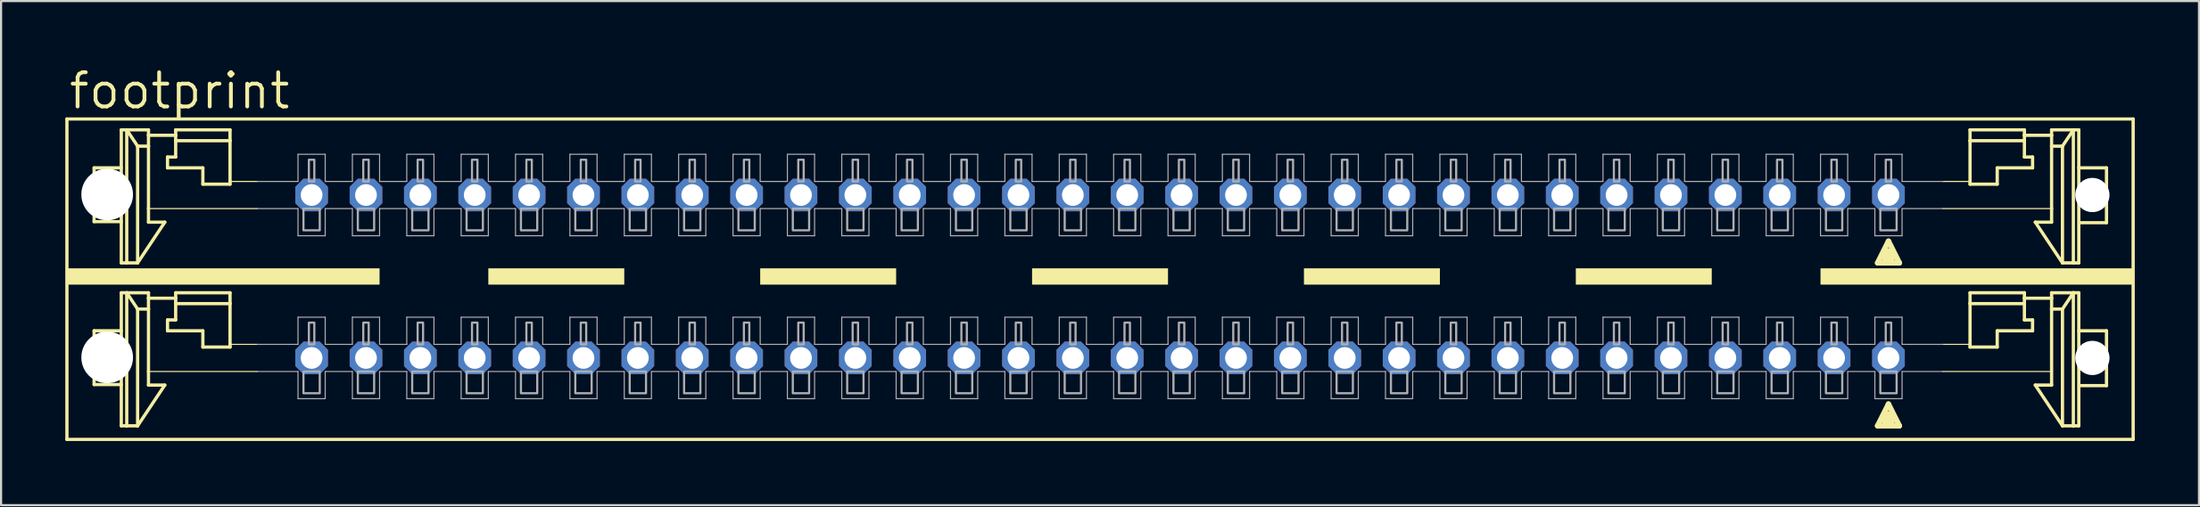
<source format=kicad_pcb>
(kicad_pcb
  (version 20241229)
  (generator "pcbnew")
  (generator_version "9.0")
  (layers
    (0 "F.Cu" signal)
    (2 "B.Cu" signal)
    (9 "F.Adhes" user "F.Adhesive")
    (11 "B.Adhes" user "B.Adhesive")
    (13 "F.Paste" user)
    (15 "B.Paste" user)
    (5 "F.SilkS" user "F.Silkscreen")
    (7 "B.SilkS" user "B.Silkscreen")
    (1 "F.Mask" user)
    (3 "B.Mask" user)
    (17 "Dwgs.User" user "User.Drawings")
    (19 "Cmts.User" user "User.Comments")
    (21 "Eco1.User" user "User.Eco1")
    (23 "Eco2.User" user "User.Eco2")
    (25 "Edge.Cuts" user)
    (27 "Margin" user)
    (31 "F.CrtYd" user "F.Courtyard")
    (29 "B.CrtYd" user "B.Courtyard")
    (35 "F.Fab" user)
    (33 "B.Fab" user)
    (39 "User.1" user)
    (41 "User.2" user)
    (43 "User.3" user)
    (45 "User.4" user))
  (footprint "footprint"
    (layer "F.Cu")
    (at 49.606 9.881)
    (property "Reference" "footprint" (at -49.53 -7.747 0) (layer "F.SilkS") (effects (font (size 1.6 1.6) (thickness 0.178)) (justify left bottom)))
    (fp_line (start -49.53 -7.366) (end -49.53 7.62) (stroke (width 0.152) (type solid)) (layer "F.SilkS"))
    (fp_line (start -49.53 7.62) (end 46.99 7.62) (stroke (width 0.152) (type solid)) (layer "F.SilkS"))
    (fp_line (start -48.26 -5.08) (end -48.26 -2.565) (stroke (width 0.152) (type solid)) (layer "F.SilkS"))
    (fp_line (start -48.26 -2.565) (end -46.99 -2.565) (stroke (width 0.152) (type solid)) (layer "F.SilkS"))
    (fp_line (start -48.26 2.54) (end -48.26 5.055) (stroke (width 0.152) (type solid)) (layer "F.SilkS"))
    (fp_line (start -48.26 5.055) (end -46.99 5.055) (stroke (width 0.152) (type solid)) (layer "F.SilkS"))
    (fp_line (start -46.99 -6.858) (end -46.99 -0.635) (stroke (width 0.152) (type solid)) (layer "F.SilkS"))
    (fp_line (start -46.99 -6.858) (end -46.736 -6.858) (stroke (width 0.152) (type solid)) (layer "F.SilkS"))
    (fp_line (start -46.99 -5.08) (end -48.26 -5.08) (stroke (width 0.152) (type solid)) (layer "F.SilkS"))
    (fp_line (start -46.99 0.762) (end -46.99 6.985) (stroke (width 0.152) (type solid)) (layer "F.SilkS"))
    (fp_line (start -46.99 0.762) (end -46.736 0.762) (stroke (width 0.152) (type solid)) (layer "F.SilkS"))
    (fp_line (start -46.99 2.54) (end -48.26 2.54) (stroke (width 0.152) (type solid)) (layer "F.SilkS"))
    (fp_line (start -46.736 -6.858) (end -46.736 -0.635) (stroke (width 0.152) (type solid)) (layer "F.SilkS"))
    (fp_line (start -46.736 -6.858) (end -46.228 -6.096) (stroke (width 0.152) (type solid)) (layer "F.SilkS"))
    (fp_line (start -46.736 -6.858) (end -45.72 -6.858) (stroke (width 0.152) (type solid)) (layer "F.SilkS"))
    (fp_line (start -46.736 -0.635) (end -46.99 -0.635) (stroke (width 0.152) (type solid)) (layer "F.SilkS"))
    (fp_line (start -46.736 0.762) (end -46.736 6.985) (stroke (width 0.152) (type solid)) (layer "F.SilkS"))
    (fp_line (start -46.736 0.762) (end -46.228 1.524) (stroke (width 0.152) (type solid)) (layer "F.SilkS"))
    (fp_line (start -46.736 0.762) (end -45.72 0.762) (stroke (width 0.152) (type solid)) (layer "F.SilkS"))
    (fp_line (start -46.736 6.985) (end -46.99 6.985) (stroke (width 0.152) (type solid)) (layer "F.SilkS"))
    (fp_line (start -46.228 -0.635) (end -46.736 -0.635) (stroke (width 0.152) (type solid)) (layer "F.SilkS"))
    (fp_line (start -46.228 -0.635) (end -46.228 -6.096) (stroke (width 0.152) (type solid)) (layer "F.SilkS"))
    (fp_line (start -46.228 6.985) (end -46.736 6.985) (stroke (width 0.152) (type solid)) (layer "F.SilkS"))
    (fp_line (start -46.228 6.985) (end -46.228 1.524) (stroke (width 0.152) (type solid)) (layer "F.SilkS"))
    (fp_line (start -45.72 -6.858) (end -45.72 -6.604) (stroke (width 0.152) (type solid)) (layer "F.SilkS"))
    (fp_line (start -45.72 -6.604) (end -45.72 -6.096) (stroke (width 0.152) (type solid)) (layer "F.SilkS"))
    (fp_line (start -45.72 -6.604) (end -44.45 -6.604) (stroke (width 0.152) (type solid)) (layer "F.SilkS"))
    (fp_line (start -45.72 -6.096) (end -46.228 -6.096) (stroke (width 0.152) (type solid)) (layer "F.SilkS"))
    (fp_line (start -45.72 -3.175) (end -45.72 -6.096) (stroke (width 0.152) (type solid)) (layer "F.SilkS"))
    (fp_line (start -45.72 -2.54) (end -45.72 -3.175) (stroke (width 0.152) (type solid)) (layer "F.SilkS"))
    (fp_line (start -45.72 -2.54) (end -44.958 -2.54) (stroke (width 0.152) (type solid)) (layer "F.SilkS"))
    (fp_line (start -45.72 0.762) (end -45.72 1.016) (stroke (width 0.152) (type solid)) (layer "F.SilkS"))
    (fp_line (start -45.72 1.016) (end -45.72 1.524) (stroke (width 0.152) (type solid)) (layer "F.SilkS"))
    (fp_line (start -45.72 1.016) (end -44.45 1.016) (stroke (width 0.152) (type solid)) (layer "F.SilkS"))
    (fp_line (start -45.72 1.524) (end -46.228 1.524) (stroke (width 0.152) (type solid)) (layer "F.SilkS"))
    (fp_line (start -45.72 4.445) (end -45.72 1.524) (stroke (width 0.152) (type solid)) (layer "F.SilkS"))
    (fp_line (start -45.72 5.08) (end -45.72 4.445) (stroke (width 0.152) (type solid)) (layer "F.SilkS"))
    (fp_line (start -45.72 5.08) (end -44.958 5.08) (stroke (width 0.152) (type solid)) (layer "F.SilkS"))
    (fp_line (start -44.958 -2.54) (end -46.228 -0.635) (stroke (width 0.152) (type solid)) (layer "F.SilkS"))
    (fp_line (start -44.958 5.08) (end -46.228 6.985) (stroke (width 0.152) (type solid)) (layer "F.SilkS"))
    (fp_line (start -44.831 -5.588) (end -44.45 -5.588) (stroke (width 0.152) (type solid)) (layer "F.SilkS"))
    (fp_line (start -44.831 -5.08) (end -44.831 -5.588) (stroke (width 0.152) (type solid)) (layer "F.SilkS"))
    (fp_line (start -44.831 2.032) (end -44.45 2.032) (stroke (width 0.152) (type solid)) (layer "F.SilkS"))
    (fp_line (start -44.831 2.54) (end -44.831 2.032) (stroke (width 0.152) (type solid)) (layer "F.SilkS"))
    (fp_line (start -44.45 -6.858) (end -41.91 -6.858) (stroke (width 0.152) (type solid)) (layer "F.SilkS"))
    (fp_line (start -44.45 -6.604) (end -44.45 -6.858) (stroke (width 0.152) (type solid)) (layer "F.SilkS"))
    (fp_line (start -44.45 -6.35) (end -44.45 -6.604) (stroke (width 0.152) (type solid)) (layer "F.SilkS"))
    (fp_line (start -44.45 -6.35) (end -41.91 -6.35) (stroke (width 0.152) (type solid)) (layer "F.SilkS"))
    (fp_line (start -44.45 -5.588) (end -44.45 -6.35) (stroke (width 0.152) (type solid)) (layer "F.SilkS"))
    (fp_line (start -44.45 0.762) (end -41.91 0.762) (stroke (width 0.152) (type solid)) (layer "F.SilkS"))
    (fp_line (start -44.45 1.016) (end -44.45 0.762) (stroke (width 0.152) (type solid)) (layer "F.SilkS"))
    (fp_line (start -44.45 1.27) (end -44.45 1.016) (stroke (width 0.152) (type solid)) (layer "F.SilkS"))
    (fp_line (start -44.45 1.27) (end -41.91 1.27) (stroke (width 0.152) (type solid)) (layer "F.SilkS"))
    (fp_line (start -44.45 2.032) (end -44.45 1.27) (stroke (width 0.152) (type solid)) (layer "F.SilkS"))
    (fp_line (start -43.18 -5.08) (end -44.831 -5.08) (stroke (width 0.152) (type solid)) (layer "F.SilkS"))
    (fp_line (start -43.18 -4.318) (end -43.18 -5.08) (stroke (width 0.152) (type solid)) (layer "F.SilkS"))
    (fp_line (start -43.18 2.54) (end -44.831 2.54) (stroke (width 0.152) (type solid)) (layer "F.SilkS"))
    (fp_line (start -43.18 3.302) (end -43.18 2.54) (stroke (width 0.152) (type solid)) (layer "F.SilkS"))
    (fp_line (start -41.91 -6.858) (end -41.91 -6.35) (stroke (width 0.152) (type solid)) (layer "F.SilkS"))
    (fp_line (start -41.91 -6.35) (end -41.91 -4.445) (stroke (width 0.152) (type solid)) (layer "F.SilkS"))
    (fp_line (start -41.91 -4.445) (end -41.91 -4.318) (stroke (width 0.152) (type solid)) (layer "F.SilkS"))
    (fp_line (start -41.91 -4.318) (end -43.18 -4.318) (stroke (width 0.152) (type solid)) (layer "F.SilkS"))
    (fp_line (start -41.91 0.762) (end -41.91 1.27) (stroke (width 0.152) (type solid)) (layer "F.SilkS"))
    (fp_line (start -41.91 1.27) (end -41.91 3.175) (stroke (width 0.152) (type solid)) (layer "F.SilkS"))
    (fp_line (start -41.91 3.175) (end -41.91 3.302) (stroke (width 0.152) (type solid)) (layer "F.SilkS"))
    (fp_line (start -41.91 3.302) (end -43.18 3.302) (stroke (width 0.152) (type solid)) (layer "F.SilkS"))
    (fp_line (start -40.64 -4.445) (end -41.91 -4.445) (stroke (width 0.051) (type solid)) (layer "F.SilkS"))
    (fp_line (start -40.64 -3.175) (end -45.72 -3.175) (stroke (width 0.051) (type solid)) (layer "F.SilkS"))
    (fp_line (start -40.64 3.175) (end -41.91 3.175) (stroke (width 0.051) (type solid)) (layer "F.SilkS"))
    (fp_line (start -40.64 4.445) (end -45.72 4.445) (stroke (width 0.051) (type solid)) (layer "F.SilkS"))
    (fp_line (start 35.052 -0.635) (end 36.068 -0.635) (stroke (width 0.254) (type solid)) (layer "F.SilkS"))
    (fp_line (start 35.052 6.985) (end 36.068 6.985) (stroke (width 0.254) (type solid)) (layer "F.SilkS"))
    (fp_line (start 35.56 -1.651) (end 35.052 -0.635) (stroke (width 0.254) (type solid)) (layer "F.SilkS"))
    (fp_line (start 35.56 -1.016) (end 35.56 -0.889) (stroke (width 0.61) (type solid)) (layer "F.SilkS"))
    (fp_line (start 35.56 5.969) (end 35.052 6.985) (stroke (width 0.254) (type solid)) (layer "F.SilkS"))
    (fp_line (start 35.56 6.604) (end 35.56 6.731) (stroke (width 0.61) (type solid)) (layer "F.SilkS"))
    (fp_line (start 36.068 -0.635) (end 35.56 -1.651) (stroke (width 0.254) (type solid)) (layer "F.SilkS"))
    (fp_line (start 36.068 6.985) (end 35.56 5.969) (stroke (width 0.254) (type solid)) (layer "F.SilkS"))
    (fp_line (start 38.1 -3.175) (end 43.18 -3.175) (stroke (width 0.051) (type solid)) (layer "F.SilkS"))
    (fp_line (start 38.1 4.445) (end 43.129 4.445) (stroke (width 0.051) (type solid)) (layer "F.SilkS"))
    (fp_line (start 39.37 -6.858) (end 39.37 -6.35) (stroke (width 0.152) (type solid)) (layer "F.SilkS"))
    (fp_line (start 39.37 -6.35) (end 39.37 -4.445) (stroke (width 0.152) (type solid)) (layer "F.SilkS"))
    (fp_line (start 39.37 -4.445) (end 38.1 -4.445) (stroke (width 0.051) (type solid)) (layer "F.SilkS"))
    (fp_line (start 39.37 -4.445) (end 39.37 -4.318) (stroke (width 0.152) (type solid)) (layer "F.SilkS"))
    (fp_line (start 39.37 -4.318) (end 40.64 -4.318) (stroke (width 0.152) (type solid)) (layer "F.SilkS"))
    (fp_line (start 39.37 0.762) (end 39.37 1.27) (stroke (width 0.152) (type solid)) (layer "F.SilkS"))
    (fp_line (start 39.37 1.27) (end 39.37 3.175) (stroke (width 0.152) (type solid)) (layer "F.SilkS"))
    (fp_line (start 39.37 3.175) (end 38.1 3.175) (stroke (width 0.051) (type solid)) (layer "F.SilkS"))
    (fp_line (start 39.37 3.175) (end 39.37 3.302) (stroke (width 0.152) (type solid)) (layer "F.SilkS"))
    (fp_line (start 39.37 3.302) (end 40.64 3.302) (stroke (width 0.152) (type solid)) (layer "F.SilkS"))
    (fp_line (start 40.64 -5.08) (end 42.291 -5.08) (stroke (width 0.152) (type solid)) (layer "F.SilkS"))
    (fp_line (start 40.64 -4.318) (end 40.64 -5.08) (stroke (width 0.152) (type solid)) (layer "F.SilkS"))
    (fp_line (start 40.64 2.54) (end 42.291 2.54) (stroke (width 0.152) (type solid)) (layer "F.SilkS"))
    (fp_line (start 40.64 3.302) (end 40.64 2.54) (stroke (width 0.152) (type solid)) (layer "F.SilkS"))
    (fp_line (start 41.91 -6.858) (end 39.37 -6.858) (stroke (width 0.152) (type solid)) (layer "F.SilkS"))
    (fp_line (start 41.91 -6.604) (end 41.91 -6.858) (stroke (width 0.152) (type solid)) (layer "F.SilkS"))
    (fp_line (start 41.91 -6.35) (end 39.37 -6.35) (stroke (width 0.152) (type solid)) (layer "F.SilkS"))
    (fp_line (start 41.91 -6.35) (end 41.91 -6.604) (stroke (width 0.152) (type solid)) (layer "F.SilkS"))
    (fp_line (start 41.91 -5.588) (end 41.91 -6.35) (stroke (width 0.152) (type solid)) (layer "F.SilkS"))
    (fp_line (start 41.91 0.762) (end 39.37 0.762) (stroke (width 0.152) (type solid)) (layer "F.SilkS"))
    (fp_line (start 41.91 1.016) (end 41.91 0.762) (stroke (width 0.152) (type solid)) (layer "F.SilkS"))
    (fp_line (start 41.91 1.27) (end 39.37 1.27) (stroke (width 0.152) (type solid)) (layer "F.SilkS"))
    (fp_line (start 41.91 1.27) (end 41.91 1.016) (stroke (width 0.152) (type solid)) (layer "F.SilkS"))
    (fp_line (start 41.91 2.032) (end 41.91 1.27) (stroke (width 0.152) (type solid)) (layer "F.SilkS"))
    (fp_line (start 42.291 -5.588) (end 41.91 -5.588) (stroke (width 0.152) (type solid)) (layer "F.SilkS"))
    (fp_line (start 42.291 -5.08) (end 42.291 -5.588) (stroke (width 0.152) (type solid)) (layer "F.SilkS"))
    (fp_line (start 42.291 2.032) (end 41.91 2.032) (stroke (width 0.152) (type solid)) (layer "F.SilkS"))
    (fp_line (start 42.291 2.54) (end 42.291 2.032) (stroke (width 0.152) (type solid)) (layer "F.SilkS"))
    (fp_line (start 42.418 -2.54) (end 43.688 -0.635) (stroke (width 0.152) (type solid)) (layer "F.SilkS"))
    (fp_line (start 42.418 5.08) (end 43.688 6.985) (stroke (width 0.152) (type solid)) (layer "F.SilkS"))
    (fp_line (start 43.18 -6.858) (end 43.18 -6.604) (stroke (width 0.152) (type solid)) (layer "F.SilkS"))
    (fp_line (start 43.18 -6.604) (end 41.91 -6.604) (stroke (width 0.152) (type solid)) (layer "F.SilkS"))
    (fp_line (start 43.18 -6.604) (end 43.18 -6.096) (stroke (width 0.152) (type solid)) (layer "F.SilkS"))
    (fp_line (start 43.18 -6.096) (end 43.18 -3.175) (stroke (width 0.152) (type solid)) (layer "F.SilkS"))
    (fp_line (start 43.18 -6.096) (end 43.688 -6.096) (stroke (width 0.152) (type solid)) (layer "F.SilkS"))
    (fp_line (start 43.18 -3.175) (end 43.18 -2.54) (stroke (width 0.152) (type solid)) (layer "F.SilkS"))
    (fp_line (start 43.18 -2.54) (end 42.418 -2.54) (stroke (width 0.152) (type solid)) (layer "F.SilkS"))
    (fp_line (start 43.18 0.762) (end 43.18 1.016) (stroke (width 0.152) (type solid)) (layer "F.SilkS"))
    (fp_line (start 43.18 1.016) (end 41.91 1.016) (stroke (width 0.152) (type solid)) (layer "F.SilkS"))
    (fp_line (start 43.18 1.016) (end 43.18 1.524) (stroke (width 0.152) (type solid)) (layer "F.SilkS"))
    (fp_line (start 43.18 1.524) (end 43.18 5.08) (stroke (width 0.152) (type solid)) (layer "F.SilkS"))
    (fp_line (start 43.18 1.524) (end 43.688 1.524) (stroke (width 0.152) (type solid)) (layer "F.SilkS"))
    (fp_line (start 43.18 5.08) (end 42.418 5.08) (stroke (width 0.152) (type solid)) (layer "F.SilkS"))
    (fp_line (start 43.688 -0.635) (end 43.688 -6.096) (stroke (width 0.152) (type solid)) (layer "F.SilkS"))
    (fp_line (start 43.688 -0.635) (end 44.196 -0.635) (stroke (width 0.152) (type solid)) (layer "F.SilkS"))
    (fp_line (start 43.688 6.985) (end 43.688 1.524) (stroke (width 0.152) (type solid)) (layer "F.SilkS"))
    (fp_line (start 43.688 6.985) (end 44.196 6.985) (stroke (width 0.152) (type solid)) (layer "F.SilkS"))
    (fp_line (start 44.196 -6.858) (end 43.18 -6.858) (stroke (width 0.152) (type solid)) (layer "F.SilkS"))
    (fp_line (start 44.196 -6.858) (end 43.688 -6.096) (stroke (width 0.152) (type solid)) (layer "F.SilkS"))
    (fp_line (start 44.196 -6.858) (end 44.196 -0.635) (stroke (width 0.152) (type solid)) (layer "F.SilkS"))
    (fp_line (start 44.196 -0.635) (end 44.45 -0.635) (stroke (width 0.152) (type solid)) (layer "F.SilkS"))
    (fp_line (start 44.196 0.762) (end 43.18 0.762) (stroke (width 0.152) (type solid)) (layer "F.SilkS"))
    (fp_line (start 44.196 0.762) (end 43.688 1.524) (stroke (width 0.152) (type solid)) (layer "F.SilkS"))
    (fp_line (start 44.196 0.762) (end 44.196 6.985) (stroke (width 0.152) (type solid)) (layer "F.SilkS"))
    (fp_line (start 44.196 6.985) (end 44.45 6.985) (stroke (width 0.152) (type solid)) (layer "F.SilkS"))
    (fp_line (start 44.45 -6.858) (end 44.196 -6.858) (stroke (width 0.152) (type solid)) (layer "F.SilkS"))
    (fp_line (start 44.45 -6.858) (end 44.45 -0.635) (stroke (width 0.152) (type solid)) (layer "F.SilkS"))
    (fp_line (start 44.45 -5.08) (end 45.745 -5.08) (stroke (width 0.152) (type solid)) (layer "F.SilkS"))
    (fp_line (start 44.45 0.762) (end 44.196 0.762) (stroke (width 0.152) (type solid)) (layer "F.SilkS"))
    (fp_line (start 44.45 0.762) (end 44.45 6.985) (stroke (width 0.152) (type solid)) (layer "F.SilkS"))
    (fp_line (start 44.45 2.54) (end 45.745 2.54) (stroke (width 0.152) (type solid)) (layer "F.SilkS"))
    (fp_line (start 45.745 -5.08) (end 45.745 -2.515) (stroke (width 0.152) (type solid)) (layer "F.SilkS"))
    (fp_line (start 45.745 -2.515) (end 44.552 -2.515) (stroke (width 0.152) (type solid)) (layer "F.SilkS"))
    (fp_line (start 45.745 2.54) (end 45.745 5.105) (stroke (width 0.152) (type solid)) (layer "F.SilkS"))
    (fp_line (start 45.745 5.105) (end 44.552 5.105) (stroke (width 0.152) (type solid)) (layer "F.SilkS"))
    (fp_line (start 46.99 -7.366) (end -49.53 -7.366) (stroke (width 0.152) (type solid)) (layer "F.SilkS"))
    (fp_line (start 46.99 7.62) (end 46.99 -7.366) (stroke (width 0.152) (type solid)) (layer "F.SilkS"))
    (fp_poly (pts (xy -49.53 0.381) (xy -34.925 0.381) (xy -34.925 -0.381) (xy -49.53 -0.381)) (stroke (width 0) (type solid)) (fill yes) (layer "F.SilkS"))
    (fp_poly (pts (xy -29.845 0.381) (xy -23.495 0.381) (xy -23.495 -0.381) (xy -29.845 -0.381)) (stroke (width 0) (type solid)) (fill yes) (layer "F.SilkS"))
    (fp_poly (pts (xy -17.145 0.381) (xy -10.795 0.381) (xy -10.795 -0.381) (xy -17.145 -0.381)) (stroke (width 0) (type solid)) (fill yes) (layer "F.SilkS"))
    (fp_poly (pts (xy -4.445 0.381) (xy 1.905 0.381) (xy 1.905 -0.381) (xy -4.445 -0.381)) (stroke (width 0) (type solid)) (fill yes) (layer "F.SilkS"))
    (fp_poly (pts (xy 8.255 0.381) (xy 14.605 0.381) (xy 14.605 -0.381) (xy 8.255 -0.381)) (stroke (width 0) (type solid)) (fill yes) (layer "F.SilkS"))
    (fp_poly (pts (xy 20.955 0.381) (xy 27.305 0.381) (xy 27.305 -0.381) (xy 20.955 -0.381)) (stroke (width 0) (type solid)) (fill yes) (layer "F.SilkS"))
    (fp_poly (pts (xy 32.385 0.381) (xy 46.99 0.381) (xy 46.99 -0.381) (xy 32.385 -0.381)) (stroke (width 0) (type solid)) (fill yes) (layer "F.SilkS"))
    (fp_line (start -38.735 -4.445) (end -40.64 -4.445) (stroke (width 0.051) (type solid)) (layer "F.Fab"))
    (fp_line (start -38.735 -4.445) (end -38.735 -5.715) (stroke (width 0.051) (type solid)) (layer "F.Fab"))
    (fp_line (start -38.735 -3.175) (end -40.64 -3.175) (stroke (width 0.051) (type solid)) (layer "F.Fab"))
    (fp_line (start -38.735 -3.175) (end -38.735 -1.905) (stroke (width 0.051) (type solid)) (layer "F.Fab"))
    (fp_line (start -38.735 3.175) (end -40.64 3.175) (stroke (width 0.051) (type solid)) (layer "F.Fab"))
    (fp_line (start -38.735 3.175) (end -38.735 1.905) (stroke (width 0.051) (type solid)) (layer "F.Fab"))
    (fp_line (start -38.735 4.445) (end -40.64 4.445) (stroke (width 0.051) (type solid)) (layer "F.Fab"))
    (fp_line (start -38.735 4.445) (end -38.735 5.715) (stroke (width 0.051) (type solid)) (layer "F.Fab"))
    (fp_line (start -37.465 -5.715) (end -38.735 -5.715) (stroke (width 0.051) (type solid)) (layer "F.Fab"))
    (fp_line (start -37.465 -5.715) (end -37.465 -4.445) (stroke (width 0.051) (type solid)) (layer "F.Fab"))
    (fp_line (start -37.465 -1.905) (end -38.735 -1.905) (stroke (width 0.051) (type solid)) (layer "F.Fab"))
    (fp_line (start -37.465 -1.905) (end -37.465 -3.175) (stroke (width 0.051) (type solid)) (layer "F.Fab"))
    (fp_line (start -37.465 1.905) (end -38.735 1.905) (stroke (width 0.051) (type solid)) (layer "F.Fab"))
    (fp_line (start -37.465 1.905) (end -37.465 3.175) (stroke (width 0.051) (type solid)) (layer "F.Fab"))
    (fp_line (start -37.465 5.715) (end -38.735 5.715) (stroke (width 0.051) (type solid)) (layer "F.Fab"))
    (fp_line (start -37.465 5.715) (end -37.465 4.445) (stroke (width 0.051) (type solid)) (layer "F.Fab"))
    (fp_line (start -36.195 -4.445) (end -37.465 -4.445) (stroke (width 0.051) (type solid)) (layer "F.Fab"))
    (fp_line (start -36.195 -4.445) (end -36.195 -5.715) (stroke (width 0.051) (type solid)) (layer "F.Fab"))
    (fp_line (start -36.195 -3.175) (end -37.465 -3.175) (stroke (width 0.051) (type solid)) (layer "F.Fab"))
    (fp_line (start -36.195 -3.175) (end -36.195 -1.905) (stroke (width 0.051) (type solid)) (layer "F.Fab"))
    (fp_line (start -36.195 3.175) (end -37.465 3.175) (stroke (width 0.051) (type solid)) (layer "F.Fab"))
    (fp_line (start -36.195 3.175) (end -36.195 1.905) (stroke (width 0.051) (type solid)) (layer "F.Fab"))
    (fp_line (start -36.195 4.445) (end -37.465 4.445) (stroke (width 0.051) (type solid)) (layer "F.Fab"))
    (fp_line (start -36.195 4.445) (end -36.195 5.715) (stroke (width 0.051) (type solid)) (layer "F.Fab"))
    (fp_line (start -34.925 -5.715) (end -36.195 -5.715) (stroke (width 0.051) (type solid)) (layer "F.Fab"))
    (fp_line (start -34.925 -5.715) (end -34.925 -4.445) (stroke (width 0.051) (type solid)) (layer "F.Fab"))
    (fp_line (start -34.925 -1.905) (end -36.195 -1.905) (stroke (width 0.051) (type solid)) (layer "F.Fab"))
    (fp_line (start -34.925 -1.905) (end -34.925 -3.175) (stroke (width 0.051) (type solid)) (layer "F.Fab"))
    (fp_line (start -34.925 1.905) (end -36.195 1.905) (stroke (width 0.051) (type solid)) (layer "F.Fab"))
    (fp_line (start -34.925 1.905) (end -34.925 3.175) (stroke (width 0.051) (type solid)) (layer "F.Fab"))
    (fp_line (start -34.925 5.715) (end -36.195 5.715) (stroke (width 0.051) (type solid)) (layer "F.Fab"))
    (fp_line (start -34.925 5.715) (end -34.925 4.445) (stroke (width 0.051) (type solid)) (layer "F.Fab"))
    (fp_line (start -33.655 -4.445) (end -34.925 -4.445) (stroke (width 0.051) (type solid)) (layer "F.Fab"))
    (fp_line (start -33.655 -4.445) (end -33.655 -5.715) (stroke (width 0.051) (type solid)) (layer "F.Fab"))
    (fp_line (start -33.655 -3.175) (end -34.925 -3.175) (stroke (width 0.051) (type solid)) (layer "F.Fab"))
    (fp_line (start -33.655 -3.175) (end -33.655 -1.905) (stroke (width 0.051) (type solid)) (layer "F.Fab"))
    (fp_line (start -33.655 3.175) (end -34.925 3.175) (stroke (width 0.051) (type solid)) (layer "F.Fab"))
    (fp_line (start -33.655 3.175) (end -33.655 1.905) (stroke (width 0.051) (type solid)) (layer "F.Fab"))
    (fp_line (start -33.655 4.445) (end -34.925 4.445) (stroke (width 0.051) (type solid)) (layer "F.Fab"))
    (fp_line (start -33.655 4.445) (end -33.655 5.715) (stroke (width 0.051) (type solid)) (layer "F.Fab"))
    (fp_line (start -32.385 -5.715) (end -33.655 -5.715) (stroke (width 0.051) (type solid)) (layer "F.Fab"))
    (fp_line (start -32.385 -5.715) (end -32.385 -4.445) (stroke (width 0.051) (type solid)) (layer "F.Fab"))
    (fp_line (start -32.385 -1.905) (end -33.655 -1.905) (stroke (width 0.051) (type solid)) (layer "F.Fab"))
    (fp_line (start -32.385 -1.905) (end -32.385 -3.175) (stroke (width 0.051) (type solid)) (layer "F.Fab"))
    (fp_line (start -32.385 1.905) (end -33.655 1.905) (stroke (width 0.051) (type solid)) (layer "F.Fab"))
    (fp_line (start -32.385 1.905) (end -32.385 3.175) (stroke (width 0.051) (type solid)) (layer "F.Fab"))
    (fp_line (start -32.385 5.715) (end -33.655 5.715) (stroke (width 0.051) (type solid)) (layer "F.Fab"))
    (fp_line (start -32.385 5.715) (end -32.385 4.445) (stroke (width 0.051) (type solid)) (layer "F.Fab"))
    (fp_line (start -31.115 -4.445) (end -32.385 -4.445) (stroke (width 0.051) (type solid)) (layer "F.Fab"))
    (fp_line (start -31.115 -4.445) (end -31.115 -5.715) (stroke (width 0.051) (type solid)) (layer "F.Fab"))
    (fp_line (start -31.115 -3.175) (end -32.385 -3.175) (stroke (width 0.051) (type solid)) (layer "F.Fab"))
    (fp_line (start -31.115 -3.175) (end -31.115 -1.905) (stroke (width 0.051) (type solid)) (layer "F.Fab"))
    (fp_line (start -31.115 3.175) (end -32.385 3.175) (stroke (width 0.051) (type solid)) (layer "F.Fab"))
    (fp_line (start -31.115 3.175) (end -31.115 1.905) (stroke (width 0.051) (type solid)) (layer "F.Fab"))
    (fp_line (start -31.115 4.445) (end -32.385 4.445) (stroke (width 0.051) (type solid)) (layer "F.Fab"))
    (fp_line (start -31.115 4.445) (end -31.115 5.715) (stroke (width 0.051) (type solid)) (layer "F.Fab"))
    (fp_line (start -29.845 -5.715) (end -31.115 -5.715) (stroke (width 0.051) (type solid)) (layer "F.Fab"))
    (fp_line (start -29.845 -5.715) (end -29.845 -4.445) (stroke (width 0.051) (type solid)) (layer "F.Fab"))
    (fp_line (start -29.845 -1.905) (end -31.115 -1.905) (stroke (width 0.051) (type solid)) (layer "F.Fab"))
    (fp_line (start -29.845 -1.905) (end -29.845 -3.175) (stroke (width 0.051) (type solid)) (layer "F.Fab"))
    (fp_line (start -29.845 1.905) (end -31.115 1.905) (stroke (width 0.051) (type solid)) (layer "F.Fab"))
    (fp_line (start -29.845 1.905) (end -29.845 3.175) (stroke (width 0.051) (type solid)) (layer "F.Fab"))
    (fp_line (start -29.845 5.715) (end -31.115 5.715) (stroke (width 0.051) (type solid)) (layer "F.Fab"))
    (fp_line (start -29.845 5.715) (end -29.845 4.445) (stroke (width 0.051) (type solid)) (layer "F.Fab"))
    (fp_line (start -28.575 -4.445) (end -29.845 -4.445) (stroke (width 0.051) (type solid)) (layer "F.Fab"))
    (fp_line (start -28.575 -4.445) (end -28.575 -5.715) (stroke (width 0.051) (type solid)) (layer "F.Fab"))
    (fp_line (start -28.575 -3.175) (end -29.845 -3.175) (stroke (width 0.051) (type solid)) (layer "F.Fab"))
    (fp_line (start -28.575 -3.175) (end -28.575 -1.905) (stroke (width 0.051) (type solid)) (layer "F.Fab"))
    (fp_line (start -28.575 3.175) (end -29.845 3.175) (stroke (width 0.051) (type solid)) (layer "F.Fab"))
    (fp_line (start -28.575 3.175) (end -28.575 1.905) (stroke (width 0.051) (type solid)) (layer "F.Fab"))
    (fp_line (start -28.575 4.445) (end -29.845 4.445) (stroke (width 0.051) (type solid)) (layer "F.Fab"))
    (fp_line (start -28.575 4.445) (end -28.575 5.715) (stroke (width 0.051) (type solid)) (layer "F.Fab"))
    (fp_line (start -27.305 -5.715) (end -28.575 -5.715) (stroke (width 0.051) (type solid)) (layer "F.Fab"))
    (fp_line (start -27.305 -5.715) (end -27.305 -4.445) (stroke (width 0.051) (type solid)) (layer "F.Fab"))
    (fp_line (start -27.305 -1.905) (end -28.575 -1.905) (stroke (width 0.051) (type solid)) (layer "F.Fab"))
    (fp_line (start -27.305 -1.905) (end -27.305 -3.175) (stroke (width 0.051) (type solid)) (layer "F.Fab"))
    (fp_line (start -27.305 1.905) (end -28.575 1.905) (stroke (width 0.051) (type solid)) (layer "F.Fab"))
    (fp_line (start -27.305 1.905) (end -27.305 3.175) (stroke (width 0.051) (type solid)) (layer "F.Fab"))
    (fp_line (start -27.305 5.715) (end -28.575 5.715) (stroke (width 0.051) (type solid)) (layer "F.Fab"))
    (fp_line (start -27.305 5.715) (end -27.305 4.445) (stroke (width 0.051) (type solid)) (layer "F.Fab"))
    (fp_line (start -26.035 -4.445) (end -27.305 -4.445) (stroke (width 0.051) (type solid)) (layer "F.Fab"))
    (fp_line (start -26.035 -4.445) (end -26.035 -5.715) (stroke (width 0.051) (type solid)) (layer "F.Fab"))
    (fp_line (start -26.035 -3.175) (end -27.305 -3.175) (stroke (width 0.051) (type solid)) (layer "F.Fab"))
    (fp_line (start -26.035 -3.175) (end -26.035 -1.905) (stroke (width 0.051) (type solid)) (layer "F.Fab"))
    (fp_line (start -26.035 3.175) (end -27.305 3.175) (stroke (width 0.051) (type solid)) (layer "F.Fab"))
    (fp_line (start -26.035 3.175) (end -26.035 1.905) (stroke (width 0.051) (type solid)) (layer "F.Fab"))
    (fp_line (start -26.035 4.445) (end -27.305 4.445) (stroke (width 0.051) (type solid)) (layer "F.Fab"))
    (fp_line (start -26.035 4.445) (end -26.035 5.715) (stroke (width 0.051) (type solid)) (layer "F.Fab"))
    (fp_line (start -24.765 -5.715) (end -26.035 -5.715) (stroke (width 0.051) (type solid)) (layer "F.Fab"))
    (fp_line (start -24.765 -5.715) (end -24.765 -4.445) (stroke (width 0.051) (type solid)) (layer "F.Fab"))
    (fp_line (start -24.765 -1.905) (end -26.035 -1.905) (stroke (width 0.051) (type solid)) (layer "F.Fab"))
    (fp_line (start -24.765 -1.905) (end -24.765 -3.175) (stroke (width 0.051) (type solid)) (layer "F.Fab"))
    (fp_line (start -24.765 1.905) (end -26.035 1.905) (stroke (width 0.051) (type solid)) (layer "F.Fab"))
    (fp_line (start -24.765 1.905) (end -24.765 3.175) (stroke (width 0.051) (type solid)) (layer "F.Fab"))
    (fp_line (start -24.765 5.715) (end -26.035 5.715) (stroke (width 0.051) (type solid)) (layer "F.Fab"))
    (fp_line (start -24.765 5.715) (end -24.765 4.445) (stroke (width 0.051) (type solid)) (layer "F.Fab"))
    (fp_line (start -23.495 -4.445) (end -24.765 -4.445) (stroke (width 0.051) (type solid)) (layer "F.Fab"))
    (fp_line (start -23.495 -4.445) (end -23.495 -5.715) (stroke (width 0.051) (type solid)) (layer "F.Fab"))
    (fp_line (start -23.495 -3.175) (end -24.765 -3.175) (stroke (width 0.051) (type solid)) (layer "F.Fab"))
    (fp_line (start -23.495 -3.175) (end -23.495 -1.905) (stroke (width 0.051) (type solid)) (layer "F.Fab"))
    (fp_line (start -23.495 3.175) (end -24.765 3.175) (stroke (width 0.051) (type solid)) (layer "F.Fab"))
    (fp_line (start -23.495 3.175) (end -23.495 1.905) (stroke (width 0.051) (type solid)) (layer "F.Fab"))
    (fp_line (start -23.495 4.445) (end -24.765 4.445) (stroke (width 0.051) (type solid)) (layer "F.Fab"))
    (fp_line (start -23.495 4.445) (end -23.495 5.715) (stroke (width 0.051) (type solid)) (layer "F.Fab"))
    (fp_line (start -22.225 -5.715) (end -23.495 -5.715) (stroke (width 0.051) (type solid)) (layer "F.Fab"))
    (fp_line (start -22.225 -5.715) (end -22.225 -4.445) (stroke (width 0.051) (type solid)) (layer "F.Fab"))
    (fp_line (start -22.225 -1.905) (end -23.495 -1.905) (stroke (width 0.051) (type solid)) (layer "F.Fab"))
    (fp_line (start -22.225 -1.905) (end -22.225 -3.175) (stroke (width 0.051) (type solid)) (layer "F.Fab"))
    (fp_line (start -22.225 1.905) (end -23.495 1.905) (stroke (width 0.051) (type solid)) (layer "F.Fab"))
    (fp_line (start -22.225 1.905) (end -22.225 3.175) (stroke (width 0.051) (type solid)) (layer "F.Fab"))
    (fp_line (start -22.225 5.715) (end -23.495 5.715) (stroke (width 0.051) (type solid)) (layer "F.Fab"))
    (fp_line (start -22.225 5.715) (end -22.225 4.445) (stroke (width 0.051) (type solid)) (layer "F.Fab"))
    (fp_line (start -20.955 -4.445) (end -22.225 -4.445) (stroke (width 0.051) (type solid)) (layer "F.Fab"))
    (fp_line (start -20.955 -4.445) (end -20.955 -5.715) (stroke (width 0.051) (type solid)) (layer "F.Fab"))
    (fp_line (start -20.955 -3.175) (end -22.225 -3.175) (stroke (width 0.051) (type solid)) (layer "F.Fab"))
    (fp_line (start -20.955 -3.175) (end -20.955 -1.905) (stroke (width 0.051) (type solid)) (layer "F.Fab"))
    (fp_line (start -20.955 3.175) (end -22.225 3.175) (stroke (width 0.051) (type solid)) (layer "F.Fab"))
    (fp_line (start -20.955 3.175) (end -20.955 1.905) (stroke (width 0.051) (type solid)) (layer "F.Fab"))
    (fp_line (start -20.955 4.445) (end -22.225 4.445) (stroke (width 0.051) (type solid)) (layer "F.Fab"))
    (fp_line (start -20.955 4.445) (end -20.955 5.715) (stroke (width 0.051) (type solid)) (layer "F.Fab"))
    (fp_line (start -19.685 -5.715) (end -20.955 -5.715) (stroke (width 0.051) (type solid)) (layer "F.Fab"))
    (fp_line (start -19.685 -5.715) (end -19.685 -4.445) (stroke (width 0.051) (type solid)) (layer "F.Fab"))
    (fp_line (start -19.685 -1.905) (end -20.955 -1.905) (stroke (width 0.051) (type solid)) (layer "F.Fab"))
    (fp_line (start -19.685 -1.905) (end -19.685 -3.175) (stroke (width 0.051) (type solid)) (layer "F.Fab"))
    (fp_line (start -19.685 1.905) (end -20.955 1.905) (stroke (width 0.051) (type solid)) (layer "F.Fab"))
    (fp_line (start -19.685 1.905) (end -19.685 3.175) (stroke (width 0.051) (type solid)) (layer "F.Fab"))
    (fp_line (start -19.685 5.715) (end -20.955 5.715) (stroke (width 0.051) (type solid)) (layer "F.Fab"))
    (fp_line (start -19.685 5.715) (end -19.685 4.445) (stroke (width 0.051) (type solid)) (layer "F.Fab"))
    (fp_line (start -18.415 -5.715) (end -17.145 -5.715) (stroke (width 0.051) (type solid)) (layer "F.Fab"))
    (fp_line (start -18.415 -4.445) (end -19.685 -4.445) (stroke (width 0.051) (type solid)) (layer "F.Fab"))
    (fp_line (start -18.415 -4.445) (end -18.415 -5.715) (stroke (width 0.051) (type solid)) (layer "F.Fab"))
    (fp_line (start -18.415 -3.175) (end -19.685 -3.175) (stroke (width 0.051) (type solid)) (layer "F.Fab"))
    (fp_line (start -18.415 -1.905) (end -18.415 -3.175) (stroke (width 0.051) (type solid)) (layer "F.Fab"))
    (fp_line (start -18.415 -1.905) (end -17.145 -1.905) (stroke (width 0.051) (type solid)) (layer "F.Fab"))
    (fp_line (start -18.415 1.905) (end -17.145 1.905) (stroke (width 0.051) (type solid)) (layer "F.Fab"))
    (fp_line (start -18.415 3.175) (end -19.685 3.175) (stroke (width 0.051) (type solid)) (layer "F.Fab"))
    (fp_line (start -18.415 3.175) (end -18.415 1.905) (stroke (width 0.051) (type solid)) (layer "F.Fab"))
    (fp_line (start -18.415 4.445) (end -19.685 4.445) (stroke (width 0.051) (type solid)) (layer "F.Fab"))
    (fp_line (start -18.415 5.715) (end -18.415 4.445) (stroke (width 0.051) (type solid)) (layer "F.Fab"))
    (fp_line (start -18.415 5.715) (end -17.145 5.715) (stroke (width 0.051) (type solid)) (layer "F.Fab"))
    (fp_line (start -17.145 -5.715) (end -17.145 -4.445) (stroke (width 0.051) (type solid)) (layer "F.Fab"))
    (fp_line (start -17.145 -4.445) (end -15.875 -4.445) (stroke (width 0.051) (type solid)) (layer "F.Fab"))
    (fp_line (start -17.145 -3.175) (end -15.875 -3.175) (stroke (width 0.051) (type solid)) (layer "F.Fab"))
    (fp_line (start -17.145 -1.905) (end -17.145 -3.175) (stroke (width 0.051) (type solid)) (layer "F.Fab"))
    (fp_line (start -17.145 1.905) (end -17.145 3.175) (stroke (width 0.051) (type solid)) (layer "F.Fab"))
    (fp_line (start -17.145 3.175) (end -15.875 3.175) (stroke (width 0.051) (type solid)) (layer "F.Fab"))
    (fp_line (start -17.145 4.445) (end -15.875 4.445) (stroke (width 0.051) (type solid)) (layer "F.Fab"))
    (fp_line (start -17.145 5.715) (end -17.145 4.445) (stroke (width 0.051) (type solid)) (layer "F.Fab"))
    (fp_line (start -15.875 -5.715) (end -14.605 -5.715) (stroke (width 0.051) (type solid)) (layer "F.Fab"))
    (fp_line (start -15.875 -4.445) (end -15.875 -5.715) (stroke (width 0.051) (type solid)) (layer "F.Fab"))
    (fp_line (start -15.875 -3.175) (end -15.875 -1.905) (stroke (width 0.051) (type solid)) (layer "F.Fab"))
    (fp_line (start -15.875 -1.905) (end -14.605 -1.905) (stroke (width 0.051) (type solid)) (layer "F.Fab"))
    (fp_line (start -15.875 1.905) (end -14.605 1.905) (stroke (width 0.051) (type solid)) (layer "F.Fab"))
    (fp_line (start -15.875 3.175) (end -15.875 1.905) (stroke (width 0.051) (type solid)) (layer "F.Fab"))
    (fp_line (start -15.875 4.445) (end -15.875 5.715) (stroke (width 0.051) (type solid)) (layer "F.Fab"))
    (fp_line (start -15.875 5.715) (end -14.605 5.715) (stroke (width 0.051) (type solid)) (layer "F.Fab"))
    (fp_line (start -14.605 -5.715) (end -14.605 -4.445) (stroke (width 0.051) (type solid)) (layer "F.Fab"))
    (fp_line (start -14.605 -4.445) (end -13.335 -4.445) (stroke (width 0.051) (type solid)) (layer "F.Fab"))
    (fp_line (start -14.605 -3.175) (end -14.605 -1.905) (stroke (width 0.051) (type solid)) (layer "F.Fab"))
    (fp_line (start -14.605 -3.175) (end -13.335 -3.175) (stroke (width 0.051) (type solid)) (layer "F.Fab"))
    (fp_line (start -14.605 1.905) (end -14.605 3.175) (stroke (width 0.051) (type solid)) (layer "F.Fab"))
    (fp_line (start -14.605 3.175) (end -13.335 3.175) (stroke (width 0.051) (type solid)) (layer "F.Fab"))
    (fp_line (start -14.605 4.445) (end -14.605 5.715) (stroke (width 0.051) (type solid)) (layer "F.Fab"))
    (fp_line (start -14.605 4.445) (end -13.335 4.445) (stroke (width 0.051) (type solid)) (layer "F.Fab"))
    (fp_line (start -13.335 -4.445) (end -13.335 -5.715) (stroke (width 0.051) (type solid)) (layer "F.Fab"))
    (fp_line (start -13.335 -1.905) (end -13.335 -3.175) (stroke (width 0.051) (type solid)) (layer "F.Fab"))
    (fp_line (start -13.335 -1.905) (end -12.065 -1.905) (stroke (width 0.051) (type solid)) (layer "F.Fab"))
    (fp_line (start -13.335 3.175) (end -13.335 1.905) (stroke (width 0.051) (type solid)) (layer "F.Fab"))
    (fp_line (start -13.335 5.715) (end -13.335 4.445) (stroke (width 0.051) (type solid)) (layer "F.Fab"))
    (fp_line (start -13.335 5.715) (end -12.065 5.715) (stroke (width 0.051) (type solid)) (layer "F.Fab"))
    (fp_line (start -12.065 -5.715) (end -13.335 -5.715) (stroke (width 0.051) (type solid)) (layer "F.Fab"))
    (fp_line (start -12.065 -5.715) (end -12.065 -4.445) (stroke (width 0.051) (type solid)) (layer "F.Fab"))
    (fp_line (start -12.065 -3.175) (end -10.795 -3.175) (stroke (width 0.051) (type solid)) (layer "F.Fab"))
    (fp_line (start -12.065 -1.905) (end -12.065 -3.175) (stroke (width 0.051) (type solid)) (layer "F.Fab"))
    (fp_line (start -12.065 1.905) (end -13.335 1.905) (stroke (width 0.051) (type solid)) (layer "F.Fab"))
    (fp_line (start -12.065 1.905) (end -12.065 3.175) (stroke (width 0.051) (type solid)) (layer "F.Fab"))
    (fp_line (start -12.065 4.445) (end -10.795 4.445) (stroke (width 0.051) (type solid)) (layer "F.Fab"))
    (fp_line (start -12.065 5.715) (end -12.065 4.445) (stroke (width 0.051) (type solid)) (layer "F.Fab"))
    (fp_line (start -10.795 -4.445) (end -12.065 -4.445) (stroke (width 0.051) (type solid)) (layer "F.Fab"))
    (fp_line (start -10.795 -4.445) (end -10.795 -5.715) (stroke (width 0.051) (type solid)) (layer "F.Fab"))
    (fp_line (start -10.795 -1.905) (end -10.795 -3.175) (stroke (width 0.051) (type solid)) (layer "F.Fab"))
    (fp_line (start -10.795 -1.905) (end -9.525 -1.905) (stroke (width 0.051) (type solid)) (layer "F.Fab"))
    (fp_line (start -10.795 3.175) (end -12.065 3.175) (stroke (width 0.051) (type solid)) (layer "F.Fab"))
    (fp_line (start -10.795 3.175) (end -10.795 1.905) (stroke (width 0.051) (type solid)) (layer "F.Fab"))
    (fp_line (start -10.795 5.715) (end -10.795 4.445) (stroke (width 0.051) (type solid)) (layer "F.Fab"))
    (fp_line (start -10.795 5.715) (end -9.525 5.715) (stroke (width 0.051) (type solid)) (layer "F.Fab"))
    (fp_line (start -9.525 -5.715) (end -10.795 -5.715) (stroke (width 0.051) (type solid)) (layer "F.Fab"))
    (fp_line (start -9.525 -5.715) (end -9.525 -4.445) (stroke (width 0.051) (type solid)) (layer "F.Fab"))
    (fp_line (start -9.525 -3.175) (end -8.255 -3.175) (stroke (width 0.051) (type solid)) (layer "F.Fab"))
    (fp_line (start -9.525 -1.905) (end -9.525 -3.175) (stroke (width 0.051) (type solid)) (layer "F.Fab"))
    (fp_line (start -9.525 1.905) (end -10.795 1.905) (stroke (width 0.051) (type solid)) (layer "F.Fab"))
    (fp_line (start -9.525 1.905) (end -9.525 3.175) (stroke (width 0.051) (type solid)) (layer "F.Fab"))
    (fp_line (start -9.525 4.445) (end -8.255 4.445) (stroke (width 0.051) (type solid)) (layer "F.Fab"))
    (fp_line (start -9.525 5.715) (end -9.525 4.445) (stroke (width 0.051) (type solid)) (layer "F.Fab"))
    (fp_line (start -8.255 -4.445) (end -9.525 -4.445) (stroke (width 0.051) (type solid)) (layer "F.Fab"))
    (fp_line (start -8.255 -4.445) (end -8.255 -5.715) (stroke (width 0.051) (type solid)) (layer "F.Fab"))
    (fp_line (start -8.255 -1.905) (end -8.255 -3.175) (stroke (width 0.051) (type solid)) (layer "F.Fab"))
    (fp_line (start -8.255 -1.905) (end -6.985 -1.905) (stroke (width 0.051) (type solid)) (layer "F.Fab"))
    (fp_line (start -8.255 3.175) (end -9.525 3.175) (stroke (width 0.051) (type solid)) (layer "F.Fab"))
    (fp_line (start -8.255 3.175) (end -8.255 1.905) (stroke (width 0.051) (type solid)) (layer "F.Fab"))
    (fp_line (start -8.255 5.715) (end -8.255 4.445) (stroke (width 0.051) (type solid)) (layer "F.Fab"))
    (fp_line (start -8.255 5.715) (end -6.985 5.715) (stroke (width 0.051) (type solid)) (layer "F.Fab"))
    (fp_line (start -6.985 -5.715) (end -8.255 -5.715) (stroke (width 0.051) (type solid)) (layer "F.Fab"))
    (fp_line (start -6.985 -5.715) (end -6.985 -4.445) (stroke (width 0.051) (type solid)) (layer "F.Fab"))
    (fp_line (start -6.985 -3.175) (end -5.715 -3.175) (stroke (width 0.051) (type solid)) (layer "F.Fab"))
    (fp_line (start -6.985 -1.905) (end -6.985 -3.175) (stroke (width 0.051) (type solid)) (layer "F.Fab"))
    (fp_line (start -6.985 1.905) (end -8.255 1.905) (stroke (width 0.051) (type solid)) (layer "F.Fab"))
    (fp_line (start -6.985 1.905) (end -6.985 3.175) (stroke (width 0.051) (type solid)) (layer "F.Fab"))
    (fp_line (start -6.985 4.445) (end -5.715 4.445) (stroke (width 0.051) (type solid)) (layer "F.Fab"))
    (fp_line (start -6.985 5.715) (end -6.985 4.445) (stroke (width 0.051) (type solid)) (layer "F.Fab"))
    (fp_line (start -5.715 -4.445) (end -6.985 -4.445) (stroke (width 0.051) (type solid)) (layer "F.Fab"))
    (fp_line (start -5.715 -4.445) (end -5.715 -5.715) (stroke (width 0.051) (type solid)) (layer "F.Fab"))
    (fp_line (start -5.715 -1.905) (end -5.715 -3.175) (stroke (width 0.051) (type solid)) (layer "F.Fab"))
    (fp_line (start -5.715 -1.905) (end -4.445 -1.905) (stroke (width 0.051) (type solid)) (layer "F.Fab"))
    (fp_line (start -5.715 3.175) (end -6.985 3.175) (stroke (width 0.051) (type solid)) (layer "F.Fab"))
    (fp_line (start -5.715 3.175) (end -5.715 1.905) (stroke (width 0.051) (type solid)) (layer "F.Fab"))
    (fp_line (start -5.715 5.715) (end -5.715 4.445) (stroke (width 0.051) (type solid)) (layer "F.Fab"))
    (fp_line (start -5.715 5.715) (end -4.445 5.715) (stroke (width 0.051) (type solid)) (layer "F.Fab"))
    (fp_line (start -4.445 -5.715) (end -5.715 -5.715) (stroke (width 0.051) (type solid)) (layer "F.Fab"))
    (fp_line (start -4.445 -5.715) (end -4.445 -4.445) (stroke (width 0.051) (type solid)) (layer "F.Fab"))
    (fp_line (start -4.445 -4.445) (end -3.175 -4.445) (stroke (width 0.051) (type solid)) (layer "F.Fab"))
    (fp_line (start -4.445 -3.175) (end -3.175 -3.175) (stroke (width 0.051) (type solid)) (layer "F.Fab"))
    (fp_line (start -4.445 -1.905) (end -4.445 -3.175) (stroke (width 0.051) (type solid)) (layer "F.Fab"))
    (fp_line (start -4.445 1.905) (end -5.715 1.905) (stroke (width 0.051) (type solid)) (layer "F.Fab"))
    (fp_line (start -4.445 1.905) (end -4.445 3.175) (stroke (width 0.051) (type solid)) (layer "F.Fab"))
    (fp_line (start -4.445 3.175) (end -3.175 3.175) (stroke (width 0.051) (type solid)) (layer "F.Fab"))
    (fp_line (start -4.445 4.445) (end -3.175 4.445) (stroke (width 0.051) (type solid)) (layer "F.Fab"))
    (fp_line (start -4.445 5.715) (end -4.445 4.445) (stroke (width 0.051) (type solid)) (layer "F.Fab"))
    (fp_line (start -3.175 -4.445) (end -3.175 -5.715) (stroke (width 0.051) (type solid)) (layer "F.Fab"))
    (fp_line (start -3.175 -1.905) (end -3.175 -3.175) (stroke (width 0.051) (type solid)) (layer "F.Fab"))
    (fp_line (start -3.175 -1.905) (end -1.905 -1.905) (stroke (width 0.051) (type solid)) (layer "F.Fab"))
    (fp_line (start -3.175 3.175) (end -3.175 1.905) (stroke (width 0.051) (type solid)) (layer "F.Fab"))
    (fp_line (start -3.175 5.715) (end -3.175 4.445) (stroke (width 0.051) (type solid)) (layer "F.Fab"))
    (fp_line (start -3.175 5.715) (end -1.905 5.715) (stroke (width 0.051) (type solid)) (layer "F.Fab"))
    (fp_line (start -1.905 -5.715) (end -3.175 -5.715) (stroke (width 0.051) (type solid)) (layer "F.Fab"))
    (fp_line (start -1.905 -5.715) (end -1.905 -4.445) (stroke (width 0.051) (type solid)) (layer "F.Fab"))
    (fp_line (start -1.905 -3.175) (end -1.905 -1.905) (stroke (width 0.051) (type solid)) (layer "F.Fab"))
    (fp_line (start -1.905 -3.175) (end -0.635 -3.175) (stroke (width 0.051) (type solid)) (layer "F.Fab"))
    (fp_line (start -1.905 1.905) (end -3.175 1.905) (stroke (width 0.051) (type solid)) (layer "F.Fab"))
    (fp_line (start -1.905 1.905) (end -1.905 3.175) (stroke (width 0.051) (type solid)) (layer "F.Fab"))
    (fp_line (start -1.905 4.445) (end -1.905 5.715) (stroke (width 0.051) (type solid)) (layer "F.Fab"))
    (fp_line (start -1.905 4.445) (end -0.635 4.445) (stroke (width 0.051) (type solid)) (layer "F.Fab"))
    (fp_line (start -0.635 -4.445) (end -1.905 -4.445) (stroke (width 0.051) (type solid)) (layer "F.Fab"))
    (fp_line (start -0.635 -4.445) (end -0.635 -5.715) (stroke (width 0.051) (type solid)) (layer "F.Fab"))
    (fp_line (start -0.635 -1.905) (end -0.635 -3.175) (stroke (width 0.051) (type solid)) (layer "F.Fab"))
    (fp_line (start -0.635 -1.905) (end 0.635 -1.905) (stroke (width 0.051) (type solid)) (layer "F.Fab"))
    (fp_line (start -0.635 3.175) (end -1.905 3.175) (stroke (width 0.051) (type solid)) (layer "F.Fab"))
    (fp_line (start -0.635 3.175) (end -0.635 1.905) (stroke (width 0.051) (type solid)) (layer "F.Fab"))
    (fp_line (start -0.635 5.715) (end -0.635 4.445) (stroke (width 0.051) (type solid)) (layer "F.Fab"))
    (fp_line (start -0.635 5.715) (end 0.635 5.715) (stroke (width 0.051) (type solid)) (layer "F.Fab"))
    (fp_line (start 0.635 -5.715) (end -0.635 -5.715) (stroke (width 0.051) (type solid)) (layer "F.Fab"))
    (fp_line (start 0.635 -5.715) (end 0.635 -4.445) (stroke (width 0.051) (type solid)) (layer "F.Fab"))
    (fp_line (start 0.635 -3.175) (end 0.635 -1.905) (stroke (width 0.051) (type solid)) (layer "F.Fab"))
    (fp_line (start 0.635 -3.175) (end 1.905 -3.175) (stroke (width 0.051) (type solid)) (layer "F.Fab"))
    (fp_line (start 0.635 1.905) (end -0.635 1.905) (stroke (width 0.051) (type solid)) (layer "F.Fab"))
    (fp_line (start 0.635 1.905) (end 0.635 3.175) (stroke (width 0.051) (type solid)) (layer "F.Fab"))
    (fp_line (start 0.635 4.445) (end 0.635 5.715) (stroke (width 0.051) (type solid)) (layer "F.Fab"))
    (fp_line (start 0.635 4.445) (end 1.905 4.445) (stroke (width 0.051) (type solid)) (layer "F.Fab"))
    (fp_line (start 1.905 -4.445) (end 0.635 -4.445) (stroke (width 0.051) (type solid)) (layer "F.Fab"))
    (fp_line (start 1.905 -4.445) (end 1.905 -5.715) (stroke (width 0.051) (type solid)) (layer "F.Fab"))
    (fp_line (start 1.905 -3.175) (end 1.905 -1.905) (stroke (width 0.051) (type solid)) (layer "F.Fab"))
    (fp_line (start 1.905 -1.905) (end 3.175 -1.905) (stroke (width 0.051) (type solid)) (layer "F.Fab"))
    (fp_line (start 1.905 3.175) (end 0.635 3.175) (stroke (width 0.051) (type solid)) (layer "F.Fab"))
    (fp_line (start 1.905 3.175) (end 1.905 1.905) (stroke (width 0.051) (type solid)) (layer "F.Fab"))
    (fp_line (start 1.905 4.445) (end 1.905 5.715) (stroke (width 0.051) (type solid)) (layer "F.Fab"))
    (fp_line (start 1.905 5.715) (end 3.175 5.715) (stroke (width 0.051) (type solid)) (layer "F.Fab"))
    (fp_line (start 3.175 -5.715) (end 1.905 -5.715) (stroke (width 0.051) (type solid)) (layer "F.Fab"))
    (fp_line (start 3.175 -5.715) (end 3.175 -4.445) (stroke (width 0.051) (type solid)) (layer "F.Fab"))
    (fp_line (start 3.175 -3.175) (end 3.175 -1.905) (stroke (width 0.051) (type solid)) (layer "F.Fab"))
    (fp_line (start 3.175 -3.175) (end 4.445 -3.175) (stroke (width 0.051) (type solid)) (layer "F.Fab"))
    (fp_line (start 3.175 1.905) (end 1.905 1.905) (stroke (width 0.051) (type solid)) (layer "F.Fab"))
    (fp_line (start 3.175 1.905) (end 3.175 3.175) (stroke (width 0.051) (type solid)) (layer "F.Fab"))
    (fp_line (start 3.175 4.445) (end 3.175 5.715) (stroke (width 0.051) (type solid)) (layer "F.Fab"))
    (fp_line (start 3.175 4.445) (end 4.445 4.445) (stroke (width 0.051) (type solid)) (layer "F.Fab"))
    (fp_line (start 4.445 -4.445) (end 3.175 -4.445) (stroke (width 0.051) (type solid)) (layer "F.Fab"))
    (fp_line (start 4.445 -4.445) (end 4.445 -5.715) (stroke (width 0.051) (type solid)) (layer "F.Fab"))
    (fp_line (start 4.445 -1.905) (end 4.445 -3.175) (stroke (width 0.051) (type solid)) (layer "F.Fab"))
    (fp_line (start 4.445 -1.905) (end 5.715 -1.905) (stroke (width 0.051) (type solid)) (layer "F.Fab"))
    (fp_line (start 4.445 3.175) (end 3.175 3.175) (stroke (width 0.051) (type solid)) (layer "F.Fab"))
    (fp_line (start 4.445 3.175) (end 4.445 1.905) (stroke (width 0.051) (type solid)) (layer "F.Fab"))
    (fp_line (start 4.445 5.715) (end 4.445 4.445) (stroke (width 0.051) (type solid)) (layer "F.Fab"))
    (fp_line (start 4.445 5.715) (end 5.715 5.715) (stroke (width 0.051) (type solid)) (layer "F.Fab"))
    (fp_line (start 5.715 -5.715) (end 4.445 -5.715) (stroke (width 0.051) (type solid)) (layer "F.Fab"))
    (fp_line (start 5.715 -5.715) (end 5.715 -4.445) (stroke (width 0.051) (type solid)) (layer "F.Fab"))
    (fp_line (start 5.715 -3.175) (end 5.715 -1.905) (stroke (width 0.051) (type solid)) (layer "F.Fab"))
    (fp_line (start 5.715 -3.175) (end 6.985 -3.175) (stroke (width 0.051) (type solid)) (layer "F.Fab"))
    (fp_line (start 5.715 1.905) (end 4.445 1.905) (stroke (width 0.051) (type solid)) (layer "F.Fab"))
    (fp_line (start 5.715 1.905) (end 5.715 3.175) (stroke (width 0.051) (type solid)) (layer "F.Fab"))
    (fp_line (start 5.715 4.445) (end 5.715 5.715) (stroke (width 0.051) (type solid)) (layer "F.Fab"))
    (fp_line (start 5.715 4.445) (end 6.985 4.445) (stroke (width 0.051) (type solid)) (layer "F.Fab"))
    (fp_line (start 6.985 -4.445) (end 5.715 -4.445) (stroke (width 0.051) (type solid)) (layer "F.Fab"))
    (fp_line (start 6.985 -4.445) (end 6.985 -5.715) (stroke (width 0.051) (type solid)) (layer "F.Fab"))
    (fp_line (start 6.985 -1.905) (end 6.985 -3.175) (stroke (width 0.051) (type solid)) (layer "F.Fab"))
    (fp_line (start 6.985 -1.905) (end 8.255 -1.905) (stroke (width 0.051) (type solid)) (layer "F.Fab"))
    (fp_line (start 6.985 3.175) (end 5.715 3.175) (stroke (width 0.051) (type solid)) (layer "F.Fab"))
    (fp_line (start 6.985 3.175) (end 6.985 1.905) (stroke (width 0.051) (type solid)) (layer "F.Fab"))
    (fp_line (start 6.985 5.715) (end 6.985 4.445) (stroke (width 0.051) (type solid)) (layer "F.Fab"))
    (fp_line (start 6.985 5.715) (end 8.255 5.715) (stroke (width 0.051) (type solid)) (layer "F.Fab"))
    (fp_line (start 8.255 -5.715) (end 6.985 -5.715) (stroke (width 0.051) (type solid)) (layer "F.Fab"))
    (fp_line (start 8.255 -5.715) (end 8.255 -4.445) (stroke (width 0.051) (type solid)) (layer "F.Fab"))
    (fp_line (start 8.255 -3.175) (end 8.255 -1.905) (stroke (width 0.051) (type solid)) (layer "F.Fab"))
    (fp_line (start 8.255 -3.175) (end 9.525 -3.175) (stroke (width 0.051) (type solid)) (layer "F.Fab"))
    (fp_line (start 8.255 1.905) (end 6.985 1.905) (stroke (width 0.051) (type solid)) (layer "F.Fab"))
    (fp_line (start 8.255 1.905) (end 8.255 3.175) (stroke (width 0.051) (type solid)) (layer "F.Fab"))
    (fp_line (start 8.255 4.445) (end 8.255 5.715) (stroke (width 0.051) (type solid)) (layer "F.Fab"))
    (fp_line (start 8.255 4.445) (end 9.525 4.445) (stroke (width 0.051) (type solid)) (layer "F.Fab"))
    (fp_line (start 9.525 -4.445) (end 8.255 -4.445) (stroke (width 0.051) (type solid)) (layer "F.Fab"))
    (fp_line (start 9.525 -4.445) (end 9.525 -5.715) (stroke (width 0.051) (type solid)) (layer "F.Fab"))
    (fp_line (start 9.525 -1.905) (end 9.525 -3.175) (stroke (width 0.051) (type solid)) (layer "F.Fab"))
    (fp_line (start 9.525 -1.905) (end 10.795 -1.905) (stroke (width 0.051) (type solid)) (layer "F.Fab"))
    (fp_line (start 9.525 3.175) (end 8.255 3.175) (stroke (width 0.051) (type solid)) (layer "F.Fab"))
    (fp_line (start 9.525 3.175) (end 9.525 1.905) (stroke (width 0.051) (type solid)) (layer "F.Fab"))
    (fp_line (start 9.525 5.715) (end 9.525 4.445) (stroke (width 0.051) (type solid)) (layer "F.Fab"))
    (fp_line (start 9.525 5.715) (end 10.795 5.715) (stroke (width 0.051) (type solid)) (layer "F.Fab"))
    (fp_line (start 10.795 -5.715) (end 9.525 -5.715) (stroke (width 0.051) (type solid)) (layer "F.Fab"))
    (fp_line (start 10.795 -5.715) (end 10.795 -4.445) (stroke (width 0.051) (type solid)) (layer "F.Fab"))
    (fp_line (start 10.795 -3.175) (end 12.065 -3.175) (stroke (width 0.051) (type solid)) (layer "F.Fab"))
    (fp_line (start 10.795 -1.905) (end 10.795 -3.175) (stroke (width 0.051) (type solid)) (layer "F.Fab"))
    (fp_line (start 10.795 1.905) (end 9.525 1.905) (stroke (width 0.051) (type solid)) (layer "F.Fab"))
    (fp_line (start 10.795 1.905) (end 10.795 3.175) (stroke (width 0.051) (type solid)) (layer "F.Fab"))
    (fp_line (start 10.795 4.445) (end 12.065 4.445) (stroke (width 0.051) (type solid)) (layer "F.Fab"))
    (fp_line (start 10.795 5.715) (end 10.795 4.445) (stroke (width 0.051) (type solid)) (layer "F.Fab"))
    (fp_line (start 12.065 -4.445) (end 10.795 -4.445) (stroke (width 0.051) (type solid)) (layer "F.Fab"))
    (fp_line (start 12.065 -4.445) (end 12.065 -5.715) (stroke (width 0.051) (type solid)) (layer "F.Fab"))
    (fp_line (start 12.065 -1.905) (end 12.065 -3.175) (stroke (width 0.051) (type solid)) (layer "F.Fab"))
    (fp_line (start 12.065 -1.905) (end 13.335 -1.905) (stroke (width 0.051) (type solid)) (layer "F.Fab"))
    (fp_line (start 12.065 3.175) (end 10.795 3.175) (stroke (width 0.051) (type solid)) (layer "F.Fab"))
    (fp_line (start 12.065 3.175) (end 12.065 1.905) (stroke (width 0.051) (type solid)) (layer "F.Fab"))
    (fp_line (start 12.065 5.715) (end 12.065 4.445) (stroke (width 0.051) (type solid)) (layer "F.Fab"))
    (fp_line (start 12.065 5.715) (end 13.335 5.715) (stroke (width 0.051) (type solid)) (layer "F.Fab"))
    (fp_line (start 13.335 -5.715) (end 12.065 -5.715) (stroke (width 0.051) (type solid)) (layer "F.Fab"))
    (fp_line (start 13.335 -5.715) (end 13.335 -4.445) (stroke (width 0.051) (type solid)) (layer "F.Fab"))
    (fp_line (start 13.335 -4.445) (end 14.605 -4.445) (stroke (width 0.051) (type solid)) (layer "F.Fab"))
    (fp_line (start 13.335 -3.175) (end 14.605 -3.175) (stroke (width 0.051) (type solid)) (layer "F.Fab"))
    (fp_line (start 13.335 -1.905) (end 13.335 -3.175) (stroke (width 0.051) (type solid)) (layer "F.Fab"))
    (fp_line (start 13.335 1.905) (end 12.065 1.905) (stroke (width 0.051) (type solid)) (layer "F.Fab"))
    (fp_line (start 13.335 1.905) (end 13.335 3.175) (stroke (width 0.051) (type solid)) (layer "F.Fab"))
    (fp_line (start 13.335 3.175) (end 14.605 3.175) (stroke (width 0.051) (type solid)) (layer "F.Fab"))
    (fp_line (start 13.335 4.445) (end 14.605 4.445) (stroke (width 0.051) (type solid)) (layer "F.Fab"))
    (fp_line (start 13.335 5.715) (end 13.335 4.445) (stroke (width 0.051) (type solid)) (layer "F.Fab"))
    (fp_line (start 14.605 -4.445) (end 14.605 -5.715) (stroke (width 0.051) (type solid)) (layer "F.Fab"))
    (fp_line (start 14.605 -1.905) (end 14.605 -3.175) (stroke (width 0.051) (type solid)) (layer "F.Fab"))
    (fp_line (start 14.605 -1.905) (end 15.875 -1.905) (stroke (width 0.051) (type solid)) (layer "F.Fab"))
    (fp_line (start 14.605 3.175) (end 14.605 1.905) (stroke (width 0.051) (type solid)) (layer "F.Fab"))
    (fp_line (start 14.605 5.715) (end 14.605 4.445) (stroke (width 0.051) (type solid)) (layer "F.Fab"))
    (fp_line (start 14.605 5.715) (end 15.875 5.715) (stroke (width 0.051) (type solid)) (layer "F.Fab"))
    (fp_line (start 15.875 -5.715) (end 14.605 -5.715) (stroke (width 0.051) (type solid)) (layer "F.Fab"))
    (fp_line (start 15.875 -5.715) (end 15.875 -4.445) (stroke (width 0.051) (type solid)) (layer "F.Fab"))
    (fp_line (start 15.875 -3.175) (end 15.875 -1.905) (stroke (width 0.051) (type solid)) (layer "F.Fab"))
    (fp_line (start 15.875 -3.175) (end 17.145 -3.175) (stroke (width 0.051) (type solid)) (layer "F.Fab"))
    (fp_line (start 15.875 1.905) (end 14.605 1.905) (stroke (width 0.051) (type solid)) (layer "F.Fab"))
    (fp_line (start 15.875 1.905) (end 15.875 3.175) (stroke (width 0.051) (type solid)) (layer "F.Fab"))
    (fp_line (start 15.875 4.445) (end 15.875 5.715) (stroke (width 0.051) (type solid)) (layer "F.Fab"))
    (fp_line (start 15.875 4.445) (end 17.145 4.445) (stroke (width 0.051) (type solid)) (layer "F.Fab"))
    (fp_line (start 17.145 -4.445) (end 15.875 -4.445) (stroke (width 0.051) (type solid)) (layer "F.Fab"))
    (fp_line (start 17.145 -4.445) (end 17.145 -5.715) (stroke (width 0.051) (type solid)) (layer "F.Fab"))
    (fp_line (start 17.145 -3.175) (end 17.145 -1.905) (stroke (width 0.051) (type solid)) (layer "F.Fab"))
    (fp_line (start 17.145 -1.905) (end 18.415 -1.905) (stroke (width 0.051) (type solid)) (layer "F.Fab"))
    (fp_line (start 17.145 3.175) (end 15.875 3.175) (stroke (width 0.051) (type solid)) (layer "F.Fab"))
    (fp_line (start 17.145 3.175) (end 17.145 1.905) (stroke (width 0.051) (type solid)) (layer "F.Fab"))
    (fp_line (start 17.145 4.445) (end 17.145 5.715) (stroke (width 0.051) (type solid)) (layer "F.Fab"))
    (fp_line (start 17.145 5.715) (end 18.415 5.715) (stroke (width 0.051) (type solid)) (layer "F.Fab"))
    (fp_line (start 18.415 -5.715) (end 17.145 -5.715) (stroke (width 0.051) (type solid)) (layer "F.Fab"))
    (fp_line (start 18.415 -5.715) (end 18.415 -4.445) (stroke (width 0.051) (type solid)) (layer "F.Fab"))
    (fp_line (start 18.415 -3.175) (end 18.415 -1.905) (stroke (width 0.051) (type solid)) (layer "F.Fab"))
    (fp_line (start 18.415 -3.175) (end 19.685 -3.175) (stroke (width 0.051) (type solid)) (layer "F.Fab"))
    (fp_line (start 18.415 1.905) (end 17.145 1.905) (stroke (width 0.051) (type solid)) (layer "F.Fab"))
    (fp_line (start 18.415 1.905) (end 18.415 3.175) (stroke (width 0.051) (type solid)) (layer "F.Fab"))
    (fp_line (start 18.415 4.445) (end 18.415 5.715) (stroke (width 0.051) (type solid)) (layer "F.Fab"))
    (fp_line (start 18.415 4.445) (end 19.685 4.445) (stroke (width 0.051) (type solid)) (layer "F.Fab"))
    (fp_line (start 19.685 -4.445) (end 18.415 -4.445) (stroke (width 0.051) (type solid)) (layer "F.Fab"))
    (fp_line (start 19.685 -4.445) (end 19.685 -5.715) (stroke (width 0.051) (type solid)) (layer "F.Fab"))
    (fp_line (start 19.685 -3.175) (end 19.685 -1.905) (stroke (width 0.051) (type solid)) (layer "F.Fab"))
    (fp_line (start 19.685 -1.905) (end 20.955 -1.905) (stroke (width 0.051) (type solid)) (layer "F.Fab"))
    (fp_line (start 19.685 3.175) (end 18.415 3.175) (stroke (width 0.051) (type solid)) (layer "F.Fab"))
    (fp_line (start 19.685 3.175) (end 19.685 1.905) (stroke (width 0.051) (type solid)) (layer "F.Fab"))
    (fp_line (start 19.685 4.445) (end 19.685 5.715) (stroke (width 0.051) (type solid)) (layer "F.Fab"))
    (fp_line (start 19.685 5.715) (end 20.955 5.715) (stroke (width 0.051) (type solid)) (layer "F.Fab"))
    (fp_line (start 20.955 -5.715) (end 19.685 -5.715) (stroke (width 0.051) (type solid)) (layer "F.Fab"))
    (fp_line (start 20.955 -5.715) (end 20.955 -4.445) (stroke (width 0.051) (type solid)) (layer "F.Fab"))
    (fp_line (start 20.955 -3.175) (end 20.955 -1.905) (stroke (width 0.051) (type solid)) (layer "F.Fab"))
    (fp_line (start 20.955 -3.175) (end 22.225 -3.175) (stroke (width 0.051) (type solid)) (layer "F.Fab"))
    (fp_line (start 20.955 1.905) (end 19.685 1.905) (stroke (width 0.051) (type solid)) (layer "F.Fab"))
    (fp_line (start 20.955 1.905) (end 20.955 3.175) (stroke (width 0.051) (type solid)) (layer "F.Fab"))
    (fp_line (start 20.955 4.445) (end 20.955 5.715) (stroke (width 0.051) (type solid)) (layer "F.Fab"))
    (fp_line (start 20.955 4.445) (end 22.225 4.445) (stroke (width 0.051) (type solid)) (layer "F.Fab"))
    (fp_line (start 22.225 -4.445) (end 20.955 -4.445) (stroke (width 0.051) (type solid)) (layer "F.Fab"))
    (fp_line (start 22.225 -4.445) (end 22.225 -5.715) (stroke (width 0.051) (type solid)) (layer "F.Fab"))
    (fp_line (start 22.225 -3.175) (end 22.225 -1.905) (stroke (width 0.051) (type solid)) (layer "F.Fab"))
    (fp_line (start 22.225 -1.905) (end 23.495 -1.905) (stroke (width 0.051) (type solid)) (layer "F.Fab"))
    (fp_line (start 22.225 3.175) (end 20.955 3.175) (stroke (width 0.051) (type solid)) (layer "F.Fab"))
    (fp_line (start 22.225 3.175) (end 22.225 1.905) (stroke (width 0.051) (type solid)) (layer "F.Fab"))
    (fp_line (start 22.225 4.445) (end 22.225 5.715) (stroke (width 0.051) (type solid)) (layer "F.Fab"))
    (fp_line (start 22.225 5.715) (end 23.495 5.715) (stroke (width 0.051) (type solid)) (layer "F.Fab"))
    (fp_line (start 23.495 -5.715) (end 22.225 -5.715) (stroke (width 0.051) (type solid)) (layer "F.Fab"))
    (fp_line (start 23.495 -5.715) (end 23.495 -4.445) (stroke (width 0.051) (type solid)) (layer "F.Fab"))
    (fp_line (start 23.495 -3.175) (end 24.765 -3.175) (stroke (width 0.051) (type solid)) (layer "F.Fab"))
    (fp_line (start 23.495 -1.905) (end 23.495 -3.175) (stroke (width 0.051) (type solid)) (layer "F.Fab"))
    (fp_line (start 23.495 1.905) (end 22.225 1.905) (stroke (width 0.051) (type solid)) (layer "F.Fab"))
    (fp_line (start 23.495 1.905) (end 23.495 3.175) (stroke (width 0.051) (type solid)) (layer "F.Fab"))
    (fp_line (start 23.495 4.445) (end 24.765 4.445) (stroke (width 0.051) (type solid)) (layer "F.Fab"))
    (fp_line (start 23.495 5.715) (end 23.495 4.445) (stroke (width 0.051) (type solid)) (layer "F.Fab"))
    (fp_line (start 24.765 -4.445) (end 23.495 -4.445) (stroke (width 0.051) (type solid)) (layer "F.Fab"))
    (fp_line (start 24.765 -4.445) (end 24.765 -5.715) (stroke (width 0.051) (type solid)) (layer "F.Fab"))
    (fp_line (start 24.765 -1.905) (end 24.765 -3.175) (stroke (width 0.051) (type solid)) (layer "F.Fab"))
    (fp_line (start 24.765 -1.905) (end 26.035 -1.905) (stroke (width 0.051) (type solid)) (layer "F.Fab"))
    (fp_line (start 24.765 3.175) (end 23.495 3.175) (stroke (width 0.051) (type solid)) (layer "F.Fab"))
    (fp_line (start 24.765 3.175) (end 24.765 1.905) (stroke (width 0.051) (type solid)) (layer "F.Fab"))
    (fp_line (start 24.765 5.715) (end 24.765 4.445) (stroke (width 0.051) (type solid)) (layer "F.Fab"))
    (fp_line (start 24.765 5.715) (end 26.035 5.715) (stroke (width 0.051) (type solid)) (layer "F.Fab"))
    (fp_line (start 26.035 -5.715) (end 24.765 -5.715) (stroke (width 0.051) (type solid)) (layer "F.Fab"))
    (fp_line (start 26.035 -5.715) (end 26.035 -4.445) (stroke (width 0.051) (type solid)) (layer "F.Fab"))
    (fp_line (start 26.035 -3.175) (end 27.305 -3.175) (stroke (width 0.051) (type solid)) (layer "F.Fab"))
    (fp_line (start 26.035 -1.905) (end 26.035 -3.175) (stroke (width 0.051) (type solid)) (layer "F.Fab"))
    (fp_line (start 26.035 1.905) (end 24.765 1.905) (stroke (width 0.051) (type solid)) (layer "F.Fab"))
    (fp_line (start 26.035 1.905) (end 26.035 3.175) (stroke (width 0.051) (type solid)) (layer "F.Fab"))
    (fp_line (start 26.035 4.445) (end 27.305 4.445) (stroke (width 0.051) (type solid)) (layer "F.Fab"))
    (fp_line (start 26.035 5.715) (end 26.035 4.445) (stroke (width 0.051) (type solid)) (layer "F.Fab"))
    (fp_line (start 27.305 -4.445) (end 26.035 -4.445) (stroke (width 0.051) (type solid)) (layer "F.Fab"))
    (fp_line (start 27.305 -4.445) (end 27.305 -5.715) (stroke (width 0.051) (type solid)) (layer "F.Fab"))
    (fp_line (start 27.305 -3.175) (end 27.305 -1.905) (stroke (width 0.051) (type solid)) (layer "F.Fab"))
    (fp_line (start 27.305 -1.905) (end 28.575 -1.905) (stroke (width 0.051) (type solid)) (layer "F.Fab"))
    (fp_line (start 27.305 3.175) (end 26.035 3.175) (stroke (width 0.051) (type solid)) (layer "F.Fab"))
    (fp_line (start 27.305 3.175) (end 27.305 1.905) (stroke (width 0.051) (type solid)) (layer "F.Fab"))
    (fp_line (start 27.305 4.445) (end 27.305 5.715) (stroke (width 0.051) (type solid)) (layer "F.Fab"))
    (fp_line (start 27.305 5.715) (end 28.575 5.715) (stroke (width 0.051) (type solid)) (layer "F.Fab"))
    (fp_line (start 28.575 -5.715) (end 27.305 -5.715) (stroke (width 0.051) (type solid)) (layer "F.Fab"))
    (fp_line (start 28.575 -5.715) (end 28.575 -4.445) (stroke (width 0.051) (type solid)) (layer "F.Fab"))
    (fp_line (start 28.575 -3.175) (end 29.845 -3.175) (stroke (width 0.051) (type solid)) (layer "F.Fab"))
    (fp_line (start 28.575 -1.905) (end 28.575 -3.175) (stroke (width 0.051) (type solid)) (layer "F.Fab"))
    (fp_line (start 28.575 1.905) (end 27.305 1.905) (stroke (width 0.051) (type solid)) (layer "F.Fab"))
    (fp_line (start 28.575 1.905) (end 28.575 3.175) (stroke (width 0.051) (type solid)) (layer "F.Fab"))
    (fp_line (start 28.575 4.445) (end 29.845 4.445) (stroke (width 0.051) (type solid)) (layer "F.Fab"))
    (fp_line (start 28.575 5.715) (end 28.575 4.445) (stroke (width 0.051) (type solid)) (layer "F.Fab"))
    (fp_line (start 29.845 -4.445) (end 28.575 -4.445) (stroke (width 0.051) (type solid)) (layer "F.Fab"))
    (fp_line (start 29.845 -4.445) (end 29.845 -5.715) (stroke (width 0.051) (type solid)) (layer "F.Fab"))
    (fp_line (start 29.845 -3.175) (end 29.845 -1.905) (stroke (width 0.051) (type solid)) (layer "F.Fab"))
    (fp_line (start 29.845 -1.905) (end 31.115 -1.905) (stroke (width 0.051) (type solid)) (layer "F.Fab"))
    (fp_line (start 29.845 3.175) (end 28.575 3.175) (stroke (width 0.051) (type solid)) (layer "F.Fab"))
    (fp_line (start 29.845 3.175) (end 29.845 1.905) (stroke (width 0.051) (type solid)) (layer "F.Fab"))
    (fp_line (start 29.845 4.445) (end 29.845 5.715) (stroke (width 0.051) (type solid)) (layer "F.Fab"))
    (fp_line (start 29.845 5.715) (end 31.115 5.715) (stroke (width 0.051) (type solid)) (layer "F.Fab"))
    (fp_line (start 31.115 -5.715) (end 29.845 -5.715) (stroke (width 0.051) (type solid)) (layer "F.Fab"))
    (fp_line (start 31.115 -5.715) (end 31.115 -4.445) (stroke (width 0.051) (type solid)) (layer "F.Fab"))
    (fp_line (start 31.115 -3.175) (end 31.115 -1.905) (stroke (width 0.051) (type solid)) (layer "F.Fab"))
    (fp_line (start 31.115 -3.175) (end 32.385 -3.175) (stroke (width 0.051) (type solid)) (layer "F.Fab"))
    (fp_line (start 31.115 1.905) (end 29.845 1.905) (stroke (width 0.051) (type solid)) (layer "F.Fab"))
    (fp_line (start 31.115 1.905) (end 31.115 3.175) (stroke (width 0.051) (type solid)) (layer "F.Fab"))
    (fp_line (start 31.115 4.445) (end 31.115 5.715) (stroke (width 0.051) (type solid)) (layer "F.Fab"))
    (fp_line (start 31.115 4.445) (end 32.385 4.445) (stroke (width 0.051) (type solid)) (layer "F.Fab"))
    (fp_line (start 32.385 -4.445) (end 31.115 -4.445) (stroke (width 0.051) (type solid)) (layer "F.Fab"))
    (fp_line (start 32.385 -4.445) (end 32.385 -5.715) (stroke (width 0.051) (type solid)) (layer "F.Fab"))
    (fp_line (start 32.385 -3.175) (end 32.385 -1.905) (stroke (width 0.051) (type solid)) (layer "F.Fab"))
    (fp_line (start 32.385 -1.905) (end 33.655 -1.905) (stroke (width 0.051) (type solid)) (layer "F.Fab"))
    (fp_line (start 32.385 3.175) (end 31.115 3.175) (stroke (width 0.051) (type solid)) (layer "F.Fab"))
    (fp_line (start 32.385 3.175) (end 32.385 1.905) (stroke (width 0.051) (type solid)) (layer "F.Fab"))
    (fp_line (start 32.385 4.445) (end 32.385 5.715) (stroke (width 0.051) (type solid)) (layer "F.Fab"))
    (fp_line (start 32.385 5.715) (end 33.655 5.715) (stroke (width 0.051) (type solid)) (layer "F.Fab"))
    (fp_line (start 33.655 -5.715) (end 32.385 -5.715) (stroke (width 0.051) (type solid)) (layer "F.Fab"))
    (fp_line (start 33.655 -5.715) (end 33.655 -4.445) (stroke (width 0.051) (type solid)) (layer "F.Fab"))
    (fp_line (start 33.655 -3.175) (end 33.655 -1.905) (stroke (width 0.051) (type solid)) (layer "F.Fab"))
    (fp_line (start 33.655 -3.175) (end 34.925 -3.175) (stroke (width 0.051) (type solid)) (layer "F.Fab"))
    (fp_line (start 33.655 1.905) (end 32.385 1.905) (stroke (width 0.051) (type solid)) (layer "F.Fab"))
    (fp_line (start 33.655 1.905) (end 33.655 3.175) (stroke (width 0.051) (type solid)) (layer "F.Fab"))
    (fp_line (start 33.655 4.445) (end 33.655 5.715) (stroke (width 0.051) (type solid)) (layer "F.Fab"))
    (fp_line (start 33.655 4.445) (end 34.925 4.445) (stroke (width 0.051) (type solid)) (layer "F.Fab"))
    (fp_line (start 34.925 -4.445) (end 33.655 -4.445) (stroke (width 0.051) (type solid)) (layer "F.Fab"))
    (fp_line (start 34.925 -4.445) (end 34.925 -5.715) (stroke (width 0.051) (type solid)) (layer "F.Fab"))
    (fp_line (start 34.925 -3.175) (end 34.925 -1.905) (stroke (width 0.051) (type solid)) (layer "F.Fab"))
    (fp_line (start 34.925 -1.905) (end 36.195 -1.905) (stroke (width 0.051) (type solid)) (layer "F.Fab"))
    (fp_line (start 34.925 3.175) (end 33.655 3.175) (stroke (width 0.051) (type solid)) (layer "F.Fab"))
    (fp_line (start 34.925 3.175) (end 34.925 1.905) (stroke (width 0.051) (type solid)) (layer "F.Fab"))
    (fp_line (start 34.925 4.445) (end 34.925 5.715) (stroke (width 0.051) (type solid)) (layer "F.Fab"))
    (fp_line (start 34.925 5.715) (end 36.195 5.715) (stroke (width 0.051) (type solid)) (layer "F.Fab"))
    (fp_line (start 36.195 -5.715) (end 34.925 -5.715) (stroke (width 0.051) (type solid)) (layer "F.Fab"))
    (fp_line (start 36.195 -5.715) (end 36.195 -4.445) (stroke (width 0.051) (type solid)) (layer "F.Fab"))
    (fp_line (start 36.195 -1.905) (end 36.195 -3.175) (stroke (width 0.051) (type solid)) (layer "F.Fab"))
    (fp_line (start 36.195 1.905) (end 34.925 1.905) (stroke (width 0.051) (type solid)) (layer "F.Fab"))
    (fp_line (start 36.195 1.905) (end 36.195 3.175) (stroke (width 0.051) (type solid)) (layer "F.Fab"))
    (fp_line (start 36.195 5.715) (end 36.195 4.445) (stroke (width 0.051) (type solid)) (layer "F.Fab"))
    (fp_line (start 38.1 -4.445) (end 36.195 -4.445) (stroke (width 0.051) (type solid)) (layer "F.Fab"))
    (fp_line (start 38.1 -3.175) (end 36.195 -3.175) (stroke (width 0.051) (type solid)) (layer "F.Fab"))
    (fp_line (start 38.1 3.175) (end 36.195 3.175) (stroke (width 0.051) (type solid)) (layer "F.Fab"))
    (fp_line (start 38.1 4.445) (end 36.195 4.445) (stroke (width 0.051) (type solid)) (layer "F.Fab"))
    (fp_poly (pts (xy -38.481 -2.159) (xy -37.719 -2.159) (xy -37.719 -3.175) (xy -38.481 -3.175)) (stroke (width 0.1) (type solid)) (fill no) (layer "F.Fab"))
    (fp_poly (pts (xy -38.481 5.461) (xy -37.719 5.461) (xy -37.719 4.445) (xy -38.481 4.445)) (stroke (width 0.1) (type solid)) (fill no) (layer "F.Fab"))
    (fp_poly (pts (xy -38.227 -4.445) (xy -37.973 -4.445) (xy -37.973 -5.461) (xy -38.227 -5.461)) (stroke (width 0.1) (type solid)) (fill no) (layer "F.Fab"))
    (fp_poly (pts (xy -38.227 3.175) (xy -37.973 3.175) (xy -37.973 2.159) (xy -38.227 2.159)) (stroke (width 0.1) (type solid)) (fill no) (layer "F.Fab"))
    (fp_poly (pts (xy -35.941 -2.159) (xy -35.179 -2.159) (xy -35.179 -3.175) (xy -35.941 -3.175)) (stroke (width 0.1) (type solid)) (fill no) (layer "F.Fab"))
    (fp_poly (pts (xy -35.941 5.461) (xy -35.179 5.461) (xy -35.179 4.445) (xy -35.941 4.445)) (stroke (width 0.1) (type solid)) (fill no) (layer "F.Fab"))
    (fp_poly (pts (xy -35.687 -4.445) (xy -35.433 -4.445) (xy -35.433 -5.461) (xy -35.687 -5.461)) (stroke (width 0.1) (type solid)) (fill no) (layer "F.Fab"))
    (fp_poly (pts (xy -35.687 3.175) (xy -35.433 3.175) (xy -35.433 2.159) (xy -35.687 2.159)) (stroke (width 0.1) (type solid)) (fill no) (layer "F.Fab"))
    (fp_poly (pts (xy -33.401 -2.159) (xy -32.639 -2.159) (xy -32.639 -3.175) (xy -33.401 -3.175)) (stroke (width 0.1) (type solid)) (fill no) (layer "F.Fab"))
    (fp_poly (pts (xy -33.401 5.461) (xy -32.639 5.461) (xy -32.639 4.445) (xy -33.401 4.445)) (stroke (width 0.1) (type solid)) (fill no) (layer "F.Fab"))
    (fp_poly (pts (xy -33.147 -4.445) (xy -32.893 -4.445) (xy -32.893 -5.461) (xy -33.147 -5.461)) (stroke (width 0.1) (type solid)) (fill no) (layer "F.Fab"))
    (fp_poly (pts (xy -33.147 3.175) (xy -32.893 3.175) (xy -32.893 2.159) (xy -33.147 2.159)) (stroke (width 0.1) (type solid)) (fill no) (layer "F.Fab"))
    (fp_poly (pts (xy -30.861 -2.159) (xy -30.099 -2.159) (xy -30.099 -3.175) (xy -30.861 -3.175)) (stroke (width 0.1) (type solid)) (fill no) (layer "F.Fab"))
    (fp_poly (pts (xy -30.861 5.461) (xy -30.099 5.461) (xy -30.099 4.445) (xy -30.861 4.445)) (stroke (width 0.1) (type solid)) (fill no) (layer "F.Fab"))
    (fp_poly (pts (xy -30.607 -4.445) (xy -30.353 -4.445) (xy -30.353 -5.461) (xy -30.607 -5.461)) (stroke (width 0.1) (type solid)) (fill no) (layer "F.Fab"))
    (fp_poly (pts (xy -30.607 3.175) (xy -30.353 3.175) (xy -30.353 2.159) (xy -30.607 2.159)) (stroke (width 0.1) (type solid)) (fill no) (layer "F.Fab"))
    (fp_poly (pts (xy -28.321 -2.159) (xy -27.559 -2.159) (xy -27.559 -3.175) (xy -28.321 -3.175)) (stroke (width 0.1) (type solid)) (fill no) (layer "F.Fab"))
    (fp_poly (pts (xy -28.321 5.461) (xy -27.559 5.461) (xy -27.559 4.445) (xy -28.321 4.445)) (stroke (width 0.1) (type solid)) (fill no) (layer "F.Fab"))
    (fp_poly (pts (xy -28.067 -4.445) (xy -27.813 -4.445) (xy -27.813 -5.461) (xy -28.067 -5.461)) (stroke (width 0.1) (type solid)) (fill no) (layer "F.Fab"))
    (fp_poly (pts (xy -28.067 3.175) (xy -27.813 3.175) (xy -27.813 2.159) (xy -28.067 2.159)) (stroke (width 0.1) (type solid)) (fill no) (layer "F.Fab"))
    (fp_poly (pts (xy -25.781 -2.159) (xy -25.019 -2.159) (xy -25.019 -3.175) (xy -25.781 -3.175)) (stroke (width 0.1) (type solid)) (fill no) (layer "F.Fab"))
    (fp_poly (pts (xy -25.781 5.461) (xy -25.019 5.461) (xy -25.019 4.445) (xy -25.781 4.445)) (stroke (width 0.1) (type solid)) (fill no) (layer "F.Fab"))
    (fp_poly (pts (xy -25.527 -4.445) (xy -25.273 -4.445) (xy -25.273 -5.461) (xy -25.527 -5.461)) (stroke (width 0.1) (type solid)) (fill no) (layer "F.Fab"))
    (fp_poly (pts (xy -25.527 3.175) (xy -25.273 3.175) (xy -25.273 2.159) (xy -25.527 2.159)) (stroke (width 0.1) (type solid)) (fill no) (layer "F.Fab"))
    (fp_poly (pts (xy -23.241 -2.159) (xy -22.479 -2.159) (xy -22.479 -3.175) (xy -23.241 -3.175)) (stroke (width 0.1) (type solid)) (fill no) (layer "F.Fab"))
    (fp_poly (pts (xy -23.241 5.461) (xy -22.479 5.461) (xy -22.479 4.445) (xy -23.241 4.445)) (stroke (width 0.1) (type solid)) (fill no) (layer "F.Fab"))
    (fp_poly (pts (xy -22.987 -4.445) (xy -22.733 -4.445) (xy -22.733 -5.461) (xy -22.987 -5.461)) (stroke (width 0.1) (type solid)) (fill no) (layer "F.Fab"))
    (fp_poly (pts (xy -22.987 3.175) (xy -22.733 3.175) (xy -22.733 2.159) (xy -22.987 2.159)) (stroke (width 0.1) (type solid)) (fill no) (layer "F.Fab"))
    (fp_poly (pts (xy -20.701 -2.159) (xy -19.939 -2.159) (xy -19.939 -3.175) (xy -20.701 -3.175)) (stroke (width 0.1) (type solid)) (fill no) (layer "F.Fab"))
    (fp_poly (pts (xy -20.701 5.461) (xy -19.939 5.461) (xy -19.939 4.445) (xy -20.701 4.445)) (stroke (width 0.1) (type solid)) (fill no) (layer "F.Fab"))
    (fp_poly (pts (xy -20.447 -4.445) (xy -20.193 -4.445) (xy -20.193 -5.461) (xy -20.447 -5.461)) (stroke (width 0.1) (type solid)) (fill no) (layer "F.Fab"))
    (fp_poly (pts (xy -20.447 3.175) (xy -20.193 3.175) (xy -20.193 2.159) (xy -20.447 2.159)) (stroke (width 0.1) (type solid)) (fill no) (layer "F.Fab"))
    (fp_poly (pts (xy -18.161 -2.159) (xy -17.399 -2.159) (xy -17.399 -3.175) (xy -18.161 -3.175)) (stroke (width 0.1) (type solid)) (fill no) (layer "F.Fab"))
    (fp_poly (pts (xy -18.161 5.461) (xy -17.399 5.461) (xy -17.399 4.445) (xy -18.161 4.445)) (stroke (width 0.1) (type solid)) (fill no) (layer "F.Fab"))
    (fp_poly (pts (xy -17.907 -4.445) (xy -17.653 -4.445) (xy -17.653 -5.461) (xy -17.907 -5.461)) (stroke (width 0.1) (type solid)) (fill no) (layer "F.Fab"))
    (fp_poly (pts (xy -17.907 3.175) (xy -17.653 3.175) (xy -17.653 2.159) (xy -17.907 2.159)) (stroke (width 0.1) (type solid)) (fill no) (layer "F.Fab"))
    (fp_poly (pts (xy -15.621 -2.159) (xy -14.859 -2.159) (xy -14.859 -3.175) (xy -15.621 -3.175)) (stroke (width 0.1) (type solid)) (fill no) (layer "F.Fab"))
    (fp_poly (pts (xy -15.621 5.461) (xy -14.859 5.461) (xy -14.859 4.445) (xy -15.621 4.445)) (stroke (width 0.1) (type solid)) (fill no) (layer "F.Fab"))
    (fp_poly (pts (xy -15.367 -4.445) (xy -15.113 -4.445) (xy -15.113 -5.461) (xy -15.367 -5.461)) (stroke (width 0.1) (type solid)) (fill no) (layer "F.Fab"))
    (fp_poly (pts (xy -15.367 3.175) (xy -15.113 3.175) (xy -15.113 2.159) (xy -15.367 2.159)) (stroke (width 0.1) (type solid)) (fill no) (layer "F.Fab"))
    (fp_poly (pts (xy -13.081 -2.159) (xy -12.319 -2.159) (xy -12.319 -3.175) (xy -13.081 -3.175)) (stroke (width 0.1) (type solid)) (fill no) (layer "F.Fab"))
    (fp_poly (pts (xy -13.081 5.461) (xy -12.319 5.461) (xy -12.319 4.445) (xy -13.081 4.445)) (stroke (width 0.1) (type solid)) (fill no) (layer "F.Fab"))
    (fp_poly (pts (xy -12.827 -4.445) (xy -12.573 -4.445) (xy -12.573 -5.461) (xy -12.827 -5.461)) (stroke (width 0.1) (type solid)) (fill no) (layer "F.Fab"))
    (fp_poly (pts (xy -12.827 3.175) (xy -12.573 3.175) (xy -12.573 2.159) (xy -12.827 2.159)) (stroke (width 0.1) (type solid)) (fill no) (layer "F.Fab"))
    (fp_poly (pts (xy -10.541 -2.159) (xy -9.779 -2.159) (xy -9.779 -3.175) (xy -10.541 -3.175)) (stroke (width 0.1) (type solid)) (fill no) (layer "F.Fab"))
    (fp_poly (pts (xy -10.541 5.461) (xy -9.779 5.461) (xy -9.779 4.445) (xy -10.541 4.445)) (stroke (width 0.1) (type solid)) (fill no) (layer "F.Fab"))
    (fp_poly (pts (xy -10.287 -4.445) (xy -10.033 -4.445) (xy -10.033 -5.461) (xy -10.287 -5.461)) (stroke (width 0.1) (type solid)) (fill no) (layer "F.Fab"))
    (fp_poly (pts (xy -10.287 3.175) (xy -10.033 3.175) (xy -10.033 2.159) (xy -10.287 2.159)) (stroke (width 0.1) (type solid)) (fill no) (layer "F.Fab"))
    (fp_poly (pts (xy -8.001 -2.159) (xy -7.239 -2.159) (xy -7.239 -3.175) (xy -8.001 -3.175)) (stroke (width 0.1) (type solid)) (fill no) (layer "F.Fab"))
    (fp_poly (pts (xy -8.001 5.461) (xy -7.239 5.461) (xy -7.239 4.445) (xy -8.001 4.445)) (stroke (width 0.1) (type solid)) (fill no) (layer "F.Fab"))
    (fp_poly (pts (xy -7.747 -4.445) (xy -7.493 -4.445) (xy -7.493 -5.461) (xy -7.747 -5.461)) (stroke (width 0.1) (type solid)) (fill no) (layer "F.Fab"))
    (fp_poly (pts (xy -7.747 3.175) (xy -7.493 3.175) (xy -7.493 2.159) (xy -7.747 2.159)) (stroke (width 0.1) (type solid)) (fill no) (layer "F.Fab"))
    (fp_poly (pts (xy -5.461 -2.159) (xy -4.699 -2.159) (xy -4.699 -3.175) (xy -5.461 -3.175)) (stroke (width 0.1) (type solid)) (fill no) (layer "F.Fab"))
    (fp_poly (pts (xy -5.461 5.461) (xy -4.699 5.461) (xy -4.699 4.445) (xy -5.461 4.445)) (stroke (width 0.1) (type solid)) (fill no) (layer "F.Fab"))
    (fp_poly (pts (xy -5.207 -4.445) (xy -4.953 -4.445) (xy -4.953 -5.461) (xy -5.207 -5.461)) (stroke (width 0.1) (type solid)) (fill no) (layer "F.Fab"))
    (fp_poly (pts (xy -5.207 3.175) (xy -4.953 3.175) (xy -4.953 2.159) (xy -5.207 2.159)) (stroke (width 0.1) (type solid)) (fill no) (layer "F.Fab"))
    (fp_poly (pts (xy -2.921 -2.159) (xy -2.159 -2.159) (xy -2.159 -3.175) (xy -2.921 -3.175)) (stroke (width 0.1) (type solid)) (fill no) (layer "F.Fab"))
    (fp_poly (pts (xy -2.921 5.461) (xy -2.159 5.461) (xy -2.159 4.445) (xy -2.921 4.445)) (stroke (width 0.1) (type solid)) (fill no) (layer "F.Fab"))
    (fp_poly (pts (xy -2.667 -4.445) (xy -2.413 -4.445) (xy -2.413 -5.461) (xy -2.667 -5.461)) (stroke (width 0.1) (type solid)) (fill no) (layer "F.Fab"))
    (fp_poly (pts (xy -2.667 3.175) (xy -2.413 3.175) (xy -2.413 2.159) (xy -2.667 2.159)) (stroke (width 0.1) (type solid)) (fill no) (layer "F.Fab"))
    (fp_poly (pts (xy -0.381 -2.159) (xy 0.381 -2.159) (xy 0.381 -3.175) (xy -0.381 -3.175)) (stroke (width 0.1) (type solid)) (fill no) (layer "F.Fab"))
    (fp_poly (pts (xy -0.381 5.461) (xy 0.381 5.461) (xy 0.381 4.445) (xy -0.381 4.445)) (stroke (width 0.1) (type solid)) (fill no) (layer "F.Fab"))
    (fp_poly (pts (xy -0.127 -4.445) (xy 0.127 -4.445) (xy 0.127 -5.461) (xy -0.127 -5.461)) (stroke (width 0.1) (type solid)) (fill no) (layer "F.Fab"))
    (fp_poly (pts (xy -0.127 3.175) (xy 0.127 3.175) (xy 0.127 2.159) (xy -0.127 2.159)) (stroke (width 0.1) (type solid)) (fill no) (layer "F.Fab"))
    (fp_poly (pts (xy 2.159 -2.159) (xy 2.921 -2.159) (xy 2.921 -3.175) (xy 2.159 -3.175)) (stroke (width 0.1) (type solid)) (fill no) (layer "F.Fab"))
    (fp_poly (pts (xy 2.159 5.461) (xy 2.921 5.461) (xy 2.921 4.445) (xy 2.159 4.445)) (stroke (width 0.1) (type solid)) (fill no) (layer "F.Fab"))
    (fp_poly (pts (xy 2.413 -4.445) (xy 2.667 -4.445) (xy 2.667 -5.461) (xy 2.413 -5.461)) (stroke (width 0.1) (type solid)) (fill no) (layer "F.Fab"))
    (fp_poly (pts (xy 2.413 3.175) (xy 2.667 3.175) (xy 2.667 2.159) (xy 2.413 2.159)) (stroke (width 0.1) (type solid)) (fill no) (layer "F.Fab"))
    (fp_poly (pts (xy 4.699 -2.159) (xy 5.461 -2.159) (xy 5.461 -3.175) (xy 4.699 -3.175)) (stroke (width 0.1) (type solid)) (fill no) (layer "F.Fab"))
    (fp_poly (pts (xy 4.699 5.461) (xy 5.461 5.461) (xy 5.461 4.445) (xy 4.699 4.445)) (stroke (width 0.1) (type solid)) (fill no) (layer "F.Fab"))
    (fp_poly (pts (xy 4.953 -4.445) (xy 5.207 -4.445) (xy 5.207 -5.461) (xy 4.953 -5.461)) (stroke (width 0.1) (type solid)) (fill no) (layer "F.Fab"))
    (fp_poly (pts (xy 4.953 3.175) (xy 5.207 3.175) (xy 5.207 2.159) (xy 4.953 2.159)) (stroke (width 0.1) (type solid)) (fill no) (layer "F.Fab"))
    (fp_poly (pts (xy 7.239 -2.159) (xy 8.001 -2.159) (xy 8.001 -3.175) (xy 7.239 -3.175)) (stroke (width 0.1) (type solid)) (fill no) (layer "F.Fab"))
    (fp_poly (pts (xy 7.239 5.461) (xy 8.001 5.461) (xy 8.001 4.445) (xy 7.239 4.445)) (stroke (width 0.1) (type solid)) (fill no) (layer "F.Fab"))
    (fp_poly (pts (xy 7.493 -4.445) (xy 7.747 -4.445) (xy 7.747 -5.461) (xy 7.493 -5.461)) (stroke (width 0.1) (type solid)) (fill no) (layer "F.Fab"))
    (fp_poly (pts (xy 7.493 3.175) (xy 7.747 3.175) (xy 7.747 2.159) (xy 7.493 2.159)) (stroke (width 0.1) (type solid)) (fill no) (layer "F.Fab"))
    (fp_poly (pts (xy 9.779 -2.159) (xy 10.541 -2.159) (xy 10.541 -3.175) (xy 9.779 -3.175)) (stroke (width 0.1) (type solid)) (fill no) (layer "F.Fab"))
    (fp_poly (pts (xy 9.779 5.461) (xy 10.541 5.461) (xy 10.541 4.445) (xy 9.779 4.445)) (stroke (width 0.1) (type solid)) (fill no) (layer "F.Fab"))
    (fp_poly (pts (xy 10.033 -4.445) (xy 10.287 -4.445) (xy 10.287 -5.461) (xy 10.033 -5.461)) (stroke (width 0.1) (type solid)) (fill no) (layer "F.Fab"))
    (fp_poly (pts (xy 10.033 3.175) (xy 10.287 3.175) (xy 10.287 2.159) (xy 10.033 2.159)) (stroke (width 0.1) (type solid)) (fill no) (layer "F.Fab"))
    (fp_poly (pts (xy 12.319 -2.159) (xy 13.081 -2.159) (xy 13.081 -3.175) (xy 12.319 -3.175)) (stroke (width 0.1) (type solid)) (fill no) (layer "F.Fab"))
    (fp_poly (pts (xy 12.319 5.461) (xy 13.081 5.461) (xy 13.081 4.445) (xy 12.319 4.445)) (stroke (width 0.1) (type solid)) (fill no) (layer "F.Fab"))
    (fp_poly (pts (xy 12.573 -4.445) (xy 12.827 -4.445) (xy 12.827 -5.461) (xy 12.573 -5.461)) (stroke (width 0.1) (type solid)) (fill no) (layer "F.Fab"))
    (fp_poly (pts (xy 12.573 3.175) (xy 12.827 3.175) (xy 12.827 2.159) (xy 12.573 2.159)) (stroke (width 0.1) (type solid)) (fill no) (layer "F.Fab"))
    (fp_poly (pts (xy 14.859 -2.159) (xy 15.621 -2.159) (xy 15.621 -3.175) (xy 14.859 -3.175)) (stroke (width 0.1) (type solid)) (fill no) (layer "F.Fab"))
    (fp_poly (pts (xy 14.859 5.461) (xy 15.621 5.461) (xy 15.621 4.445) (xy 14.859 4.445)) (stroke (width 0.1) (type solid)) (fill no) (layer "F.Fab"))
    (fp_poly (pts (xy 15.113 -4.445) (xy 15.367 -4.445) (xy 15.367 -5.461) (xy 15.113 -5.461)) (stroke (width 0.1) (type solid)) (fill no) (layer "F.Fab"))
    (fp_poly (pts (xy 15.113 3.175) (xy 15.367 3.175) (xy 15.367 2.159) (xy 15.113 2.159)) (stroke (width 0.1) (type solid)) (fill no) (layer "F.Fab"))
    (fp_poly (pts (xy 17.399 -2.159) (xy 18.161 -2.159) (xy 18.161 -3.175) (xy 17.399 -3.175)) (stroke (width 0.1) (type solid)) (fill no) (layer "F.Fab"))
    (fp_poly (pts (xy 17.399 5.461) (xy 18.161 5.461) (xy 18.161 4.445) (xy 17.399 4.445)) (stroke (width 0.1) (type solid)) (fill no) (layer "F.Fab"))
    (fp_poly (pts (xy 17.653 -4.445) (xy 17.907 -4.445) (xy 17.907 -5.461) (xy 17.653 -5.461)) (stroke (width 0.1) (type solid)) (fill no) (layer "F.Fab"))
    (fp_poly (pts (xy 17.653 3.175) (xy 17.907 3.175) (xy 17.907 2.159) (xy 17.653 2.159)) (stroke (width 0.1) (type solid)) (fill no) (layer "F.Fab"))
    (fp_poly (pts (xy 19.939 -2.159) (xy 20.701 -2.159) (xy 20.701 -3.175) (xy 19.939 -3.175)) (stroke (width 0.1) (type solid)) (fill no) (layer "F.Fab"))
    (fp_poly (pts (xy 19.939 5.461) (xy 20.701 5.461) (xy 20.701 4.445) (xy 19.939 4.445)) (stroke (width 0.1) (type solid)) (fill no) (layer "F.Fab"))
    (fp_poly (pts (xy 20.193 -4.445) (xy 20.447 -4.445) (xy 20.447 -5.461) (xy 20.193 -5.461)) (stroke (width 0.1) (type solid)) (fill no) (layer "F.Fab"))
    (fp_poly (pts (xy 20.193 3.175) (xy 20.447 3.175) (xy 20.447 2.159) (xy 20.193 2.159)) (stroke (width 0.1) (type solid)) (fill no) (layer "F.Fab"))
    (fp_poly (pts (xy 22.479 -2.159) (xy 23.241 -2.159) (xy 23.241 -3.175) (xy 22.479 -3.175)) (stroke (width 0.1) (type solid)) (fill no) (layer "F.Fab"))
    (fp_poly (pts (xy 22.479 5.461) (xy 23.241 5.461) (xy 23.241 4.445) (xy 22.479 4.445)) (stroke (width 0.1) (type solid)) (fill no) (layer "F.Fab"))
    (fp_poly (pts (xy 22.733 -4.445) (xy 22.987 -4.445) (xy 22.987 -5.461) (xy 22.733 -5.461)) (stroke (width 0.1) (type solid)) (fill no) (layer "F.Fab"))
    (fp_poly (pts (xy 22.733 3.175) (xy 22.987 3.175) (xy 22.987 2.159) (xy 22.733 2.159)) (stroke (width 0.1) (type solid)) (fill no) (layer "F.Fab"))
    (fp_poly (pts (xy 25.019 -2.159) (xy 25.781 -2.159) (xy 25.781 -3.175) (xy 25.019 -3.175)) (stroke (width 0.1) (type solid)) (fill no) (layer "F.Fab"))
    (fp_poly (pts (xy 25.019 5.461) (xy 25.781 5.461) (xy 25.781 4.445) (xy 25.019 4.445)) (stroke (width 0.1) (type solid)) (fill no) (layer "F.Fab"))
    (fp_poly (pts (xy 25.273 -4.445) (xy 25.527 -4.445) (xy 25.527 -5.461) (xy 25.273 -5.461)) (stroke (width 0.1) (type solid)) (fill no) (layer "F.Fab"))
    (fp_poly (pts (xy 25.273 3.175) (xy 25.527 3.175) (xy 25.527 2.159) (xy 25.273 2.159)) (stroke (width 0.1) (type solid)) (fill no) (layer "F.Fab"))
    (fp_poly (pts (xy 27.559 -2.159) (xy 28.321 -2.159) (xy 28.321 -3.175) (xy 27.559 -3.175)) (stroke (width 0.1) (type solid)) (fill no) (layer "F.Fab"))
    (fp_poly (pts (xy 27.559 5.461) (xy 28.321 5.461) (xy 28.321 4.445) (xy 27.559 4.445)) (stroke (width 0.1) (type solid)) (fill no) (layer "F.Fab"))
    (fp_poly (pts (xy 27.813 -4.445) (xy 28.067 -4.445) (xy 28.067 -5.461) (xy 27.813 -5.461)) (stroke (width 0.1) (type solid)) (fill no) (layer "F.Fab"))
    (fp_poly (pts (xy 27.813 3.175) (xy 28.067 3.175) (xy 28.067 2.159) (xy 27.813 2.159)) (stroke (width 0.1) (type solid)) (fill no) (layer "F.Fab"))
    (fp_poly (pts (xy 30.099 -2.159) (xy 30.861 -2.159) (xy 30.861 -3.175) (xy 30.099 -3.175)) (stroke (width 0.1) (type solid)) (fill no) (layer "F.Fab"))
    (fp_poly (pts (xy 30.099 5.461) (xy 30.861 5.461) (xy 30.861 4.445) (xy 30.099 4.445)) (stroke (width 0.1) (type solid)) (fill no) (layer "F.Fab"))
    (fp_poly (pts (xy 30.353 -4.445) (xy 30.607 -4.445) (xy 30.607 -5.461) (xy 30.353 -5.461)) (stroke (width 0.1) (type solid)) (fill no) (layer "F.Fab"))
    (fp_poly (pts (xy 30.353 3.175) (xy 30.607 3.175) (xy 30.607 2.159) (xy 30.353 2.159)) (stroke (width 0.1) (type solid)) (fill no) (layer "F.Fab"))
    (fp_poly (pts (xy 32.639 -2.159) (xy 33.401 -2.159) (xy 33.401 -3.175) (xy 32.639 -3.175)) (stroke (width 0.1) (type solid)) (fill no) (layer "F.Fab"))
    (fp_poly (pts (xy 32.639 5.461) (xy 33.401 5.461) (xy 33.401 4.445) (xy 32.639 4.445)) (stroke (width 0.1) (type solid)) (fill no) (layer "F.Fab"))
    (fp_poly (pts (xy 32.893 -4.445) (xy 33.147 -4.445) (xy 33.147 -5.461) (xy 32.893 -5.461)) (stroke (width 0.1) (type solid)) (fill no) (layer "F.Fab"))
    (fp_poly (pts (xy 32.893 3.175) (xy 33.147 3.175) (xy 33.147 2.159) (xy 32.893 2.159)) (stroke (width 0.1) (type solid)) (fill no) (layer "F.Fab"))
    (fp_poly (pts (xy 35.179 -2.159) (xy 35.941 -2.159) (xy 35.941 -3.175) (xy 35.179 -3.175)) (stroke (width 0.1) (type solid)) (fill no) (layer "F.Fab"))
    (fp_poly (pts (xy 35.179 5.461) (xy 35.941 5.461) (xy 35.941 4.445) (xy 35.179 4.445)) (stroke (width 0.1) (type solid)) (fill no) (layer "F.Fab"))
    (fp_poly (pts (xy 35.433 -4.445) (xy 35.687 -4.445) (xy 35.687 -5.461) (xy 35.433 -5.461)) (stroke (width 0.1) (type solid)) (fill no) (layer "F.Fab"))
    (fp_poly (pts (xy 35.433 3.175) (xy 35.687 3.175) (xy 35.687 2.159) (xy 35.433 2.159)) (stroke (width 0.1) (type solid)) (fill no) (layer "F.Fab"))
    (pad "" np_thru_hole circle (at -47.65 -3.835) (size 2.413 2.413) (drill 2.413) (layers "*.Cu" "*.Mask"))
    (pad "" np_thru_hole circle (at -47.65 3.785) (size 2.413 2.413) (drill 2.413) (layers "*.Cu" "*.Mask"))
    (pad "" np_thru_hole circle (at 45.085 -3.81) (size 1.6 1.6) (drill 1.6) (layers "*.Cu" "*.Mask"))
    (pad "" np_thru_hole circle (at 45.085 3.81) (size 1.6 1.6) (drill 1.6) (layers "*.Cu" "*.Mask"))
    (pad "1" thru_hole roundrect (at 35.56 -3.81) (size 1.524 1.524) (drill 1.016) (layers "*.Cu" "*.Mask") (roundrect_rratio 0.25) (chamfer_ratio 0.25) (chamfer top_left top_right bottom_left bottom_right))
    (pad "1A" thru_hole roundrect (at 35.56 3.81) (size 1.524 1.524) (drill 1.016) (layers "*.Cu" "*.Mask") (roundrect_rratio 0.25) (chamfer_ratio 0.25) (chamfer top_left top_right bottom_left bottom_right))
    (pad "2" thru_hole roundrect (at 33.02 -3.81) (size 1.524 1.524) (drill 1.016) (layers "*.Cu" "*.Mask") (roundrect_rratio 0.25) (chamfer_ratio 0.25) (chamfer top_left top_right bottom_left bottom_right))
    (pad "2A" thru_hole roundrect (at 33.02 3.81) (size 1.524 1.524) (drill 1.016) (layers "*.Cu" "*.Mask") (roundrect_rratio 0.25) (chamfer_ratio 0.25) (chamfer top_left top_right bottom_left bottom_right))
    (pad "3" thru_hole roundrect (at 30.48 -3.81) (size 1.524 1.524) (drill 1.016) (layers "*.Cu" "*.Mask") (roundrect_rratio 0.25) (chamfer_ratio 0.25) (chamfer top_left top_right bottom_left bottom_right))
    (pad "3A" thru_hole roundrect (at 30.48 3.81) (size 1.524 1.524) (drill 1.016) (layers "*.Cu" "*.Mask") (roundrect_rratio 0.25) (chamfer_ratio 0.25) (chamfer top_left top_right bottom_left bottom_right))
    (pad "4" thru_hole roundrect (at 27.94 -3.81) (size 1.524 1.524) (drill 1.016) (layers "*.Cu" "*.Mask") (roundrect_rratio 0.25) (chamfer_ratio 0.25) (chamfer top_left top_right bottom_left bottom_right))
    (pad "4A" thru_hole roundrect (at 27.94 3.81) (size 1.524 1.524) (drill 1.016) (layers "*.Cu" "*.Mask") (roundrect_rratio 0.25) (chamfer_ratio 0.25) (chamfer top_left top_right bottom_left bottom_right))
    (pad "5" thru_hole roundrect (at 25.4 -3.81) (size 1.524 1.524) (drill 1.016) (layers "*.Cu" "*.Mask") (roundrect_rratio 0.25) (chamfer_ratio 0.25) (chamfer top_left top_right bottom_left bottom_right))
    (pad "5A" thru_hole roundrect (at 25.4 3.81) (size 1.524 1.524) (drill 1.016) (layers "*.Cu" "*.Mask") (roundrect_rratio 0.25) (chamfer_ratio 0.25) (chamfer top_left top_right bottom_left bottom_right))
    (pad "6" thru_hole roundrect (at 22.86 -3.81) (size 1.524 1.524) (drill 1.016) (layers "*.Cu" "*.Mask") (roundrect_rratio 0.25) (chamfer_ratio 0.25) (chamfer top_left top_right bottom_left bottom_right))
    (pad "6A" thru_hole roundrect (at 22.86 3.81) (size 1.524 1.524) (drill 1.016) (layers "*.Cu" "*.Mask") (roundrect_rratio 0.25) (chamfer_ratio 0.25) (chamfer top_left top_right bottom_left bottom_right))
    (pad "7" thru_hole roundrect (at 20.32 -3.81) (size 1.524 1.524) (drill 1.016) (layers "*.Cu" "*.Mask") (roundrect_rratio 0.25) (chamfer_ratio 0.25) (chamfer top_left top_right bottom_left bottom_right))
    (pad "7A" thru_hole roundrect (at 20.32 3.81) (size 1.524 1.524) (drill 1.016) (layers "*.Cu" "*.Mask") (roundrect_rratio 0.25) (chamfer_ratio 0.25) (chamfer top_left top_right bottom_left bottom_right))
    (pad "8" thru_hole roundrect (at 17.78 -3.81) (size 1.524 1.524) (drill 1.016) (layers "*.Cu" "*.Mask") (roundrect_rratio 0.25) (chamfer_ratio 0.25) (chamfer top_left top_right bottom_left bottom_right))
    (pad "8A" thru_hole roundrect (at 17.78 3.81) (size 1.524 1.524) (drill 1.016) (layers "*.Cu" "*.Mask") (roundrect_rratio 0.25) (chamfer_ratio 0.25) (chamfer top_left top_right bottom_left bottom_right))
    (pad "9" thru_hole roundrect (at 15.24 -3.81) (size 1.524 1.524) (drill 1.016) (layers "*.Cu" "*.Mask") (roundrect_rratio 0.25) (chamfer_ratio 0.25) (chamfer top_left top_right bottom_left bottom_right))
    (pad "9A" thru_hole roundrect (at 15.24 3.81) (size 1.524 1.524) (drill 1.016) (layers "*.Cu" "*.Mask") (roundrect_rratio 0.25) (chamfer_ratio 0.25) (chamfer top_left top_right bottom_left bottom_right))
    (pad "10" thru_hole roundrect (at 12.7 -3.81) (size 1.524 1.524) (drill 1.016) (layers "*.Cu" "*.Mask") (roundrect_rratio 0.25) (chamfer_ratio 0.25) (chamfer top_left top_right bottom_left bottom_right))
    (pad "10A" thru_hole roundrect (at 12.7 3.81) (size 1.524 1.524) (drill 1.016) (layers "*.Cu" "*.Mask") (roundrect_rratio 0.25) (chamfer_ratio 0.25) (chamfer top_left top_right bottom_left bottom_right))
    (pad "11" thru_hole roundrect (at 10.16 -3.81) (size 1.524 1.524) (drill 1.016) (layers "*.Cu" "*.Mask") (roundrect_rratio 0.25) (chamfer_ratio 0.25) (chamfer top_left top_right bottom_left bottom_right))
    (pad "11A" thru_hole roundrect (at 10.16 3.81) (size 1.524 1.524) (drill 1.016) (layers "*.Cu" "*.Mask") (roundrect_rratio 0.25) (chamfer_ratio 0.25) (chamfer top_left top_right bottom_left bottom_right))
    (pad "12" thru_hole roundrect (at 7.62 -3.81) (size 1.524 1.524) (drill 1.016) (layers "*.Cu" "*.Mask") (roundrect_rratio 0.25) (chamfer_ratio 0.25) (chamfer top_left top_right bottom_left bottom_right))
    (pad "12A" thru_hole roundrect (at 7.62 3.81) (size 1.524 1.524) (drill 1.016) (layers "*.Cu" "*.Mask") (roundrect_rratio 0.25) (chamfer_ratio 0.25) (chamfer top_left top_right bottom_left bottom_right))
    (pad "13" thru_hole roundrect (at 5.08 -3.81) (size 1.524 1.524) (drill 1.016) (layers "*.Cu" "*.Mask") (roundrect_rratio 0.25) (chamfer_ratio 0.25) (chamfer top_left top_right bottom_left bottom_right))
    (pad "13A" thru_hole roundrect (at 5.08 3.81) (size 1.524 1.524) (drill 1.016) (layers "*.Cu" "*.Mask") (roundrect_rratio 0.25) (chamfer_ratio 0.25) (chamfer top_left top_right bottom_left bottom_right))
    (pad "14" thru_hole roundrect (at 2.54 -3.81) (size 1.524 1.524) (drill 1.016) (layers "*.Cu" "*.Mask") (roundrect_rratio 0.25) (chamfer_ratio 0.25) (chamfer top_left top_right bottom_left bottom_right))
    (pad "14A" thru_hole roundrect (at 2.54 3.81) (size 1.524 1.524) (drill 1.016) (layers "*.Cu" "*.Mask") (roundrect_rratio 0.25) (chamfer_ratio 0.25) (chamfer top_left top_right bottom_left bottom_right))
    (pad "15" thru_hole roundrect (at 0 -3.81) (size 1.524 1.524) (drill 1.016) (layers "*.Cu" "*.Mask") (roundrect_rratio 0.25) (chamfer_ratio 0.25) (chamfer top_left top_right bottom_left bottom_right))
    (pad "15A" thru_hole roundrect (at 0 3.81) (size 1.524 1.524) (drill 1.016) (layers "*.Cu" "*.Mask") (roundrect_rratio 0.25) (chamfer_ratio 0.25) (chamfer top_left top_right bottom_left bottom_right))
    (pad "16" thru_hole roundrect (at -2.54 -3.81) (size 1.524 1.524) (drill 1.016) (layers "*.Cu" "*.Mask") (roundrect_rratio 0.25) (chamfer_ratio 0.25) (chamfer top_left top_right bottom_left bottom_right))
    (pad "16A" thru_hole roundrect (at -2.54 3.81) (size 1.524 1.524) (drill 1.016) (layers "*.Cu" "*.Mask") (roundrect_rratio 0.25) (chamfer_ratio 0.25) (chamfer top_left top_right bottom_left bottom_right))
    (pad "17" thru_hole roundrect (at -5.08 -3.81) (size 1.524 1.524) (drill 1.016) (layers "*.Cu" "*.Mask") (roundrect_rratio 0.25) (chamfer_ratio 0.25) (chamfer top_left top_right bottom_left bottom_right))
    (pad "17A" thru_hole roundrect (at -5.08 3.81) (size 1.524 1.524) (drill 1.016) (layers "*.Cu" "*.Mask") (roundrect_rratio 0.25) (chamfer_ratio 0.25) (chamfer top_left top_right bottom_left bottom_right))
    (pad "18" thru_hole roundrect (at -7.62 -3.81) (size 1.524 1.524) (drill 1.016) (layers "*.Cu" "*.Mask") (roundrect_rratio 0.25) (chamfer_ratio 0.25) (chamfer top_left top_right bottom_left bottom_right))
    (pad "18A" thru_hole roundrect (at -7.62 3.81) (size 1.524 1.524) (drill 1.016) (layers "*.Cu" "*.Mask") (roundrect_rratio 0.25) (chamfer_ratio 0.25) (chamfer top_left top_right bottom_left bottom_right))
    (pad "19" thru_hole roundrect (at -10.16 -3.81) (size 1.524 1.524) (drill 1.016) (layers "*.Cu" "*.Mask") (roundrect_rratio 0.25) (chamfer_ratio 0.25) (chamfer top_left top_right bottom_left bottom_right))
    (pad "19A" thru_hole roundrect (at -10.16 3.81) (size 1.524 1.524) (drill 1.016) (layers "*.Cu" "*.Mask") (roundrect_rratio 0.25) (chamfer_ratio 0.25) (chamfer top_left top_right bottom_left bottom_right))
    (pad "20" thru_hole roundrect (at -12.7 -3.81) (size 1.524 1.524) (drill 1.016) (layers "*.Cu" "*.Mask") (roundrect_rratio 0.25) (chamfer_ratio 0.25) (chamfer top_left top_right bottom_left bottom_right))
    (pad "20A" thru_hole roundrect (at -12.7 3.81) (size 1.524 1.524) (drill 1.016) (layers "*.Cu" "*.Mask") (roundrect_rratio 0.25) (chamfer_ratio 0.25) (chamfer top_left top_right bottom_left bottom_right))
    (pad "21" thru_hole roundrect (at -15.24 -3.81) (size 1.524 1.524) (drill 1.016) (layers "*.Cu" "*.Mask") (roundrect_rratio 0.25) (chamfer_ratio 0.25) (chamfer top_left top_right bottom_left bottom_right))
    (pad "21A" thru_hole roundrect (at -15.24 3.81) (size 1.524 1.524) (drill 1.016) (layers "*.Cu" "*.Mask") (roundrect_rratio 0.25) (chamfer_ratio 0.25) (chamfer top_left top_right bottom_left bottom_right))
    (pad "22" thru_hole roundrect (at -17.78 -3.81) (size 1.524 1.524) (drill 1.016) (layers "*.Cu" "*.Mask") (roundrect_rratio 0.25) (chamfer_ratio 0.25) (chamfer top_left top_right bottom_left bottom_right))
    (pad "22A" thru_hole roundrect (at -17.78 3.81) (size 1.524 1.524) (drill 1.016) (layers "*.Cu" "*.Mask") (roundrect_rratio 0.25) (chamfer_ratio 0.25) (chamfer top_left top_right bottom_left bottom_right))
    (pad "23" thru_hole roundrect (at -20.32 -3.81) (size 1.524 1.524) (drill 1.016) (layers "*.Cu" "*.Mask") (roundrect_rratio 0.25) (chamfer_ratio 0.25) (chamfer top_left top_right bottom_left bottom_right))
    (pad "23A" thru_hole roundrect (at -20.32 3.81) (size 1.524 1.524) (drill 1.016) (layers "*.Cu" "*.Mask") (roundrect_rratio 0.25) (chamfer_ratio 0.25) (chamfer top_left top_right bottom_left bottom_right))
    (pad "24" thru_hole roundrect (at -22.86 -3.81) (size 1.524 1.524) (drill 1.016) (layers "*.Cu" "*.Mask") (roundrect_rratio 0.25) (chamfer_ratio 0.25) (chamfer top_left top_right bottom_left bottom_right))
    (pad "24A" thru_hole roundrect (at -22.86 3.81) (size 1.524 1.524) (drill 1.016) (layers "*.Cu" "*.Mask") (roundrect_rratio 0.25) (chamfer_ratio 0.25) (chamfer top_left top_right bottom_left bottom_right))
    (pad "25" thru_hole roundrect (at -25.4 -3.81) (size 1.524 1.524) (drill 1.016) (layers "*.Cu" "*.Mask") (roundrect_rratio 0.25) (chamfer_ratio 0.25) (chamfer top_left top_right bottom_left bottom_right))
    (pad "25A" thru_hole roundrect (at -25.4 3.81) (size 1.524 1.524) (drill 1.016) (layers "*.Cu" "*.Mask") (roundrect_rratio 0.25) (chamfer_ratio 0.25) (chamfer top_left top_right bottom_left bottom_right))
    (pad "26" thru_hole roundrect (at -27.94 -3.81) (size 1.524 1.524) (drill 1.016) (layers "*.Cu" "*.Mask") (roundrect_rratio 0.25) (chamfer_ratio 0.25) (chamfer top_left top_right bottom_left bottom_right))
    (pad "26A" thru_hole roundrect (at -27.94 3.81) (size 1.524 1.524) (drill 1.016) (layers "*.Cu" "*.Mask") (roundrect_rratio 0.25) (chamfer_ratio 0.25) (chamfer top_left top_right bottom_left bottom_right))
    (pad "27" thru_hole roundrect (at -30.48 -3.81) (size 1.524 1.524) (drill 1.016) (layers "*.Cu" "*.Mask") (roundrect_rratio 0.25) (chamfer_ratio 0.25) (chamfer top_left top_right bottom_left bottom_right))
    (pad "27A" thru_hole roundrect (at -30.48 3.81) (size 1.524 1.524) (drill 1.016) (layers "*.Cu" "*.Mask") (roundrect_rratio 0.25) (chamfer_ratio 0.25) (chamfer top_left top_right bottom_left bottom_right))
    (pad "28" thru_hole roundrect (at -33.02 -3.81) (size 1.524 1.524) (drill 1.016) (layers "*.Cu" "*.Mask") (roundrect_rratio 0.25) (chamfer_ratio 0.25) (chamfer top_left top_right bottom_left bottom_right))
    (pad "28A" thru_hole roundrect (at -33.02 3.81) (size 1.524 1.524) (drill 1.016) (layers "*.Cu" "*.Mask") (roundrect_rratio 0.25) (chamfer_ratio 0.25) (chamfer top_left top_right bottom_left bottom_right))
    (pad "29" thru_hole roundrect (at -35.56 -3.81) (size 1.524 1.524) (drill 1.016) (layers "*.Cu" "*.Mask") (roundrect_rratio 0.25) (chamfer_ratio 0.25) (chamfer top_left top_right bottom_left bottom_right))
    (pad "29A" thru_hole roundrect (at -35.56 3.81) (size 1.524 1.524) (drill 1.016) (layers "*.Cu" "*.Mask") (roundrect_rratio 0.25) (chamfer_ratio 0.25) (chamfer top_left top_right bottom_left bottom_right))
    (pad "30" thru_hole roundrect (at -38.1 -3.81) (size 1.524 1.524) (drill 1.016) (layers "*.Cu" "*.Mask") (roundrect_rratio 0.25) (chamfer_ratio 0.25) (chamfer top_left top_right bottom_left bottom_right))
    (pad "30A" thru_hole roundrect (at -38.1 3.81) (size 1.524 1.524) (drill 1.016) (layers "*.Cu" "*.Mask") (roundrect_rratio 0.25) (chamfer_ratio 0.25) (chamfer top_left top_right bottom_left bottom_right)))
  (gr_rect
    (start -3 -3)
    (end 99.672 20.577)
    (stroke (width 0.1) (type default))
    (fill no)
    (layer "Edge.Cuts")))
</source>
